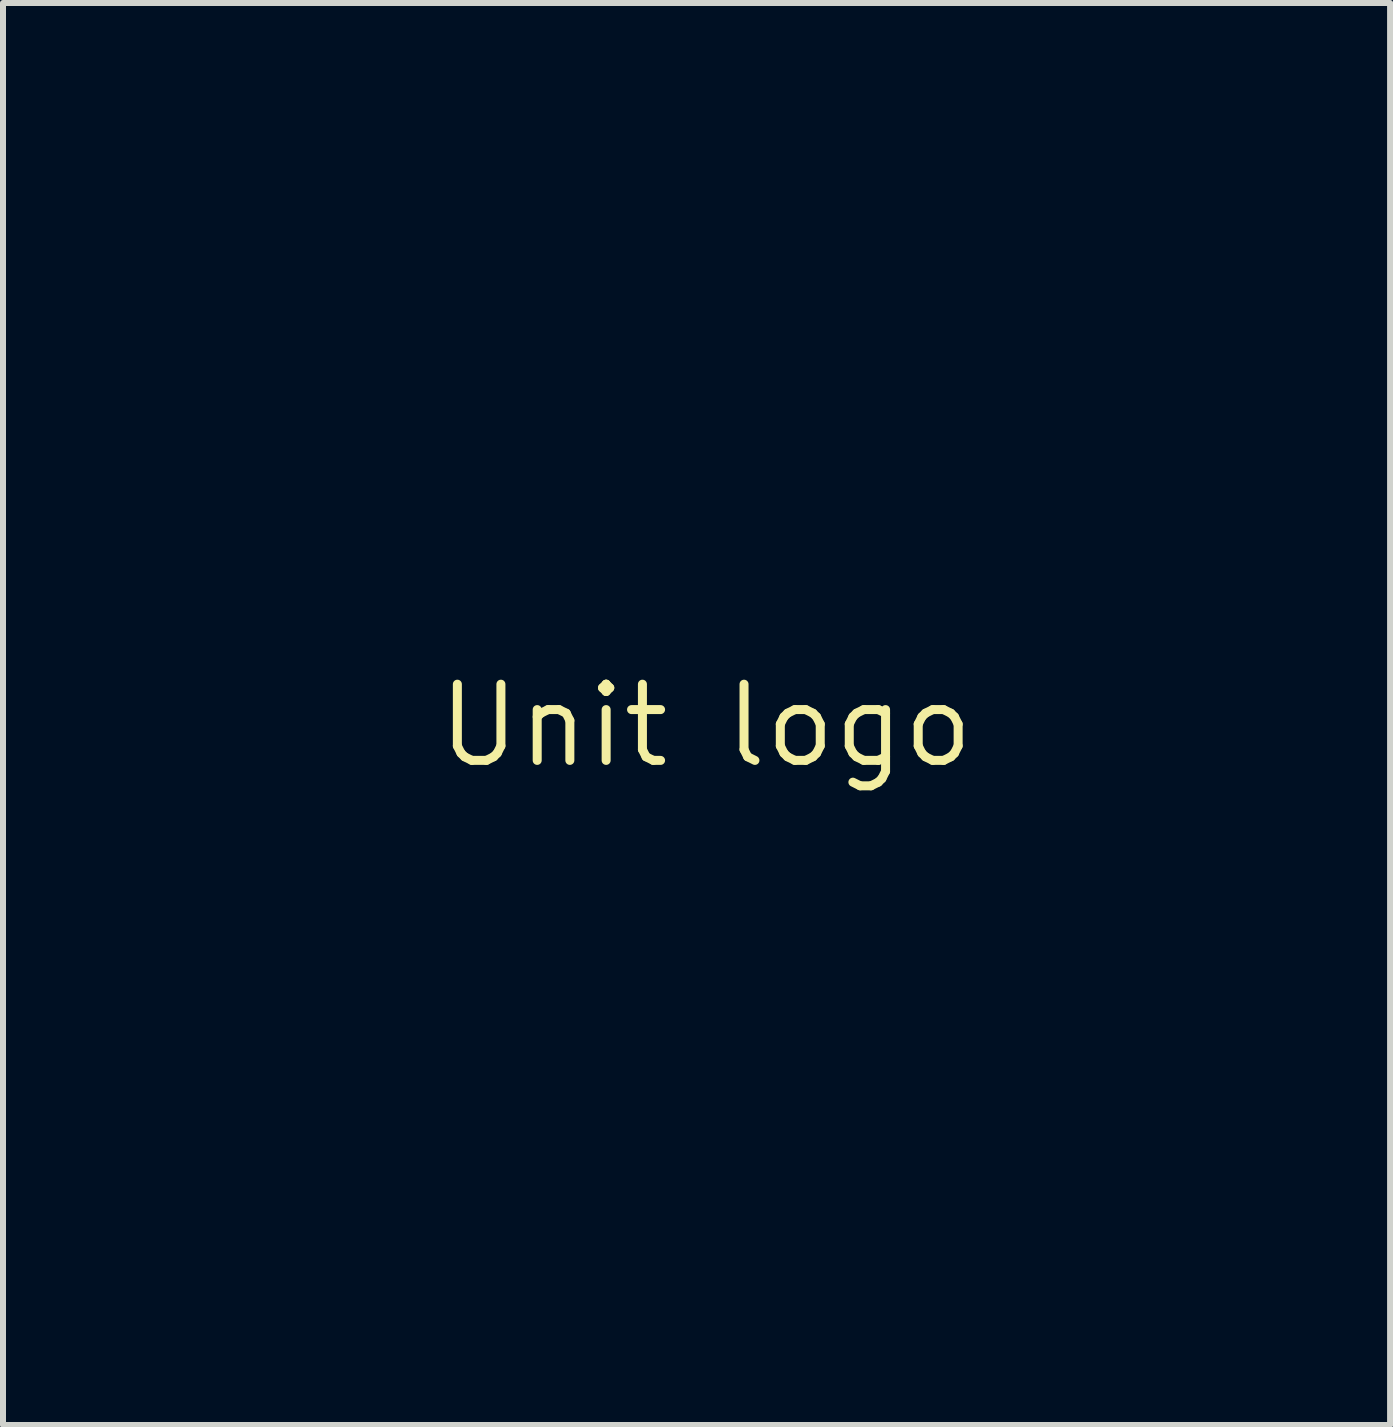
<source format=kicad_pcb>
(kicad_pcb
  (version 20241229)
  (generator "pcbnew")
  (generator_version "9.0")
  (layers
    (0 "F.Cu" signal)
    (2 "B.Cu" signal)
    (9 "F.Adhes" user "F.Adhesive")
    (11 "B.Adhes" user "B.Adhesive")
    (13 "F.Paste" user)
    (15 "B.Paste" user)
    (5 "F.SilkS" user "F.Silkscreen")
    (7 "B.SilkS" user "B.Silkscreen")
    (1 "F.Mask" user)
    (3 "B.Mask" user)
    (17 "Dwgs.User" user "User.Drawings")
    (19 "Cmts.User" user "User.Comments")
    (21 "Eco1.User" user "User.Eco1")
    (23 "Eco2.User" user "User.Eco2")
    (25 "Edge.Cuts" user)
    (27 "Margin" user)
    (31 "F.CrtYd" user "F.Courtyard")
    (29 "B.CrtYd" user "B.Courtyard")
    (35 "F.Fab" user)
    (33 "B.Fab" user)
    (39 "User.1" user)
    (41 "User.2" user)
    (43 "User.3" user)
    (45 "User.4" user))
  (footprint "Unit logo"
    (layer "F.Cu")
    (at 8.715 9.043)
    (property "Reference" "Unit logo" (at 0 0 0) (layer "F.SilkS") (effects (font (size 1.27 1.27) (thickness 0.15))))
    (attr through_hole)
    (fp_poly (pts (xy -1.249 -4.882) (xy -1.213 -4.857) (xy -1.146 -4.804) (xy -1.222 -4.643) (xy -1.265 -4.543) (xy -1.294 -4.449) (xy -1.313 -4.342) (xy -1.321 -4.274) (xy -1.344 -4.067) (xy -1.495 -4.137) (xy -1.568 -4.173) (xy -1.625 -4.204) (xy -1.655 -4.224) (xy -1.658 -4.227) (xy -1.652 -4.25) (xy -1.628 -4.303) (xy -1.592 -4.377) (xy -1.546 -4.466) (xy -1.496 -4.562) (xy -1.444 -4.657) (xy -1.394 -4.745) (xy -1.352 -4.817) (xy -1.32 -4.867) (xy -1.307 -4.883) (xy -1.283 -4.895) (xy -1.249 -4.882)) (stroke (width 0.01) (type solid)) (fill yes) (layer "F.Mask"))
    (fp_poly (pts (xy 1.953 -2.275) (xy 1.992 -2.227) (xy 2.05 -2.163) (xy 2.117 -2.094) (xy 2.185 -2.028) (xy 2.245 -1.973) (xy 2.288 -1.94) (xy 2.293 -1.937) (xy 2.317 -1.92) (xy 2.317 -1.9) (xy 2.29 -1.863) (xy 2.286 -1.857) (xy 2.248 -1.818) (xy 2.215 -1.799) (xy 2.213 -1.799) (xy 2.185 -1.808) (xy 2.127 -1.833) (xy 2.044 -1.871) (xy 1.945 -1.919) (xy 1.86 -1.96) (xy 1.736 -2.021) (xy 1.648 -2.066) (xy 1.594 -2.101) (xy 1.573 -2.129) (xy 1.584 -2.156) (xy 1.624 -2.186) (xy 1.694 -2.225) (xy 1.77 -2.265) (xy 1.909 -2.339) (xy 1.953 -2.275)) (stroke (width 0.01) (type solid)) (fill yes) (layer "F.Mask"))
    (fp_poly (pts (xy 1.336 -1.844) (xy 1.397 -1.821) (xy 1.484 -1.783) (xy 1.6 -1.727) (xy 1.715 -1.671) (xy 2.119 -1.471) (xy 2.011 -1.291) (xy 1.959 -1.203) (xy 1.918 -1.137) (xy 1.882 -1.092) (xy 1.845 -1.068) (xy 1.8 -1.065) (xy 1.741 -1.082) (xy 1.662 -1.117) (xy 1.555 -1.171) (xy 1.437 -1.231) (xy 1.303 -1.3) (xy 1.203 -1.353) (xy 1.132 -1.394) (xy 1.087 -1.424) (xy 1.063 -1.446) (xy 1.055 -1.464) (xy 1.055 -1.47) (xy 1.07 -1.513) (xy 1.102 -1.577) (xy 1.143 -1.653) (xy 1.188 -1.729) (xy 1.231 -1.795) (xy 1.264 -1.839) (xy 1.277 -1.85) (xy 1.298 -1.853) (xy 1.336 -1.844)) (stroke (width 0.01) (type solid)) (fill yes) (layer "F.Mask"))
    (fp_poly (pts (xy -2.168 -7.291) (xy -2.101 -7.262) (xy -2.003 -7.214) (xy -1.925 -7.174) (xy -1.819 -7.118) (xy -1.722 -7.065) (xy -1.641 -7.021) (xy -1.585 -6.989) (xy -1.572 -6.981) (xy -1.503 -6.939) (xy -1.6 -6.75) (xy -1.642 -6.671) (xy -1.678 -6.608) (xy -1.703 -6.57) (xy -1.711 -6.562) (xy -1.734 -6.571) (xy -1.787 -6.597) (xy -1.866 -6.637) (xy -1.962 -6.686) (xy -2.053 -6.733) (xy -2.161 -6.79) (xy -2.256 -6.84) (xy -2.332 -6.882) (xy -2.382 -6.91) (xy -2.399 -6.921) (xy -2.397 -6.945) (xy -2.378 -6.996) (xy -2.348 -7.066) (xy -2.311 -7.145) (xy -2.27 -7.222) (xy -2.231 -7.29) (xy -2.226 -7.297) (xy -2.208 -7.302) (xy -2.168 -7.291)) (stroke (width 0.01) (type solid)) (fill yes) (layer "F.Mask"))
    (fp_poly (pts (xy 2.017 -6.559) (xy 2.103 -6.531) (xy 2.208 -6.493) (xy 2.327 -6.447) (xy 2.453 -6.397) (xy 2.582 -6.343) (xy 2.705 -6.29) (xy 2.818 -6.238) (xy 2.913 -6.192) (xy 2.986 -6.154) (xy 3.029 -6.126) (xy 3.038 -6.117) (xy 3.037 -6.085) (xy 3.016 -6.05) (xy 2.988 -6.033) (xy 2.987 -6.032) (xy 2.962 -6.041) (xy 2.91 -6.064) (xy 2.839 -6.097) (xy 2.815 -6.108) (xy 2.721 -6.15) (xy 2.607 -6.196) (xy 2.491 -6.24) (xy 2.445 -6.256) (xy 2.345 -6.295) (xy 2.243 -6.341) (xy 2.146 -6.393) (xy 2.059 -6.445) (xy 1.989 -6.494) (xy 1.944 -6.535) (xy 1.927 -6.565) (xy 1.931 -6.574) (xy 1.958 -6.574) (xy 2.017 -6.559)) (stroke (width 0.01) (type solid)) (fill yes) (layer "F.Mask"))
    (fp_poly (pts (xy -1.126 -6.738) (xy -1.073 -6.719) (xy -0.997 -6.685) (xy -0.891 -6.633) (xy -0.811 -6.593) (xy -0.702 -6.536) (xy -0.605 -6.483) (xy -0.527 -6.437) (xy -0.475 -6.403) (xy -0.456 -6.386) (xy -0.449 -6.359) (xy -0.457 -6.319) (xy -0.483 -6.257) (xy -0.519 -6.187) (xy -0.559 -6.113) (xy -0.595 -6.055) (xy -0.619 -6.023) (xy -0.624 -6.019) (xy -0.649 -6.026) (xy -0.705 -6.05) (xy -0.786 -6.088) (xy -0.886 -6.137) (xy -0.998 -6.193) (xy -1 -6.194) (xy -1.144 -6.269) (xy -1.249 -6.329) (xy -1.318 -6.373) (xy -1.351 -6.402) (xy -1.355 -6.411) (xy -1.344 -6.453) (xy -1.317 -6.517) (xy -1.28 -6.59) (xy -1.24 -6.661) (xy -1.204 -6.715) (xy -1.18 -6.739) (xy -1.16 -6.744) (xy -1.126 -6.738)) (stroke (width 0.01) (type solid)) (fill yes) (layer "F.Mask"))
    (fp_poly (pts (xy -0.559 -3.102) (xy -0.499 -3.078) (xy -0.419 -3.041) (xy -0.327 -2.996) (xy -0.23 -2.948) (xy -0.136 -2.899) (xy -0.052 -2.853) (xy 0.014 -2.815) (xy 0.054 -2.789) (xy 0.064 -2.779) (xy 0.054 -2.747) (xy 0.027 -2.689) (xy -0.012 -2.611) (xy -0.06 -2.52) (xy -0.113 -2.423) (xy -0.166 -2.329) (xy -0.216 -2.244) (xy -0.258 -2.176) (xy -0.289 -2.131) (xy -0.303 -2.118) (xy -0.338 -2.128) (xy -0.389 -2.15) (xy -0.393 -2.152) (xy -0.433 -2.178) (xy -0.458 -2.215) (xy -0.477 -2.276) (xy -0.483 -2.305) (xy -0.534 -2.455) (xy -0.628 -2.607) (xy -0.709 -2.707) (xy -0.787 -2.793) (xy -0.699 -2.952) (xy -0.657 -3.024) (xy -0.621 -3.079) (xy -0.597 -3.109) (xy -0.592 -3.111) (xy -0.559 -3.102)) (stroke (width 0.01) (type solid)) (fill yes) (layer "F.Mask"))
    (fp_poly (pts (xy 3.15 5.647) (xy 3.283 5.896) (xy 3.396 6.112) (xy 3.49 6.295) (xy 3.564 6.443) (xy 3.617 6.557) (xy 3.65 6.635) (xy 3.662 6.677) (xy 3.662 6.678) (xy 3.642 6.719) (xy 3.583 6.772) (xy 3.488 6.835) (xy 3.382 6.894) (xy 3.363 6.882) (xy 3.332 6.844) (xy 3.313 6.817) (xy 3.291 6.778) (xy 3.254 6.707) (xy 3.203 6.611) (xy 3.143 6.494) (xy 3.077 6.364) (xy 3.007 6.226) (xy 2.936 6.085) (xy 2.867 5.948) (xy 2.804 5.822) (xy 2.75 5.711) (xy 2.706 5.621) (xy 2.677 5.559) (xy 2.667 5.536) (xy 2.659 5.498) (xy 2.674 5.467) (xy 2.715 5.432) (xy 2.78 5.389) (xy 2.854 5.346) (xy 2.872 5.337) (xy 2.96 5.292) (xy 3.15 5.647)) (stroke (width 0.01) (type solid)) (fill yes) (layer "F.Mask"))
    (fp_poly (pts (xy 4.261 -3.017) (xy 4.319 -2.99) (xy 4.394 -2.952) (xy 4.474 -2.908) (xy 4.552 -2.863) (xy 4.617 -2.823) (xy 4.66 -2.792) (xy 4.672 -2.779) (xy 4.665 -2.753) (xy 4.641 -2.699) (xy 4.604 -2.624) (xy 4.558 -2.536) (xy 4.507 -2.443) (xy 4.456 -2.352) (xy 4.409 -2.272) (xy 4.369 -2.209) (xy 4.344 -2.175) (xy 4.322 -2.153) (xy 4.3 -2.143) (xy 4.267 -2.146) (xy 4.218 -2.163) (xy 4.143 -2.197) (xy 4.086 -2.224) (xy 3.98 -2.274) (xy 3.908 -2.313) (xy 3.868 -2.349) (xy 3.856 -2.389) (xy 3.869 -2.442) (xy 3.905 -2.516) (xy 3.949 -2.599) (xy 4.029 -2.747) (xy 4.093 -2.86) (xy 4.144 -2.941) (xy 4.182 -2.993) (xy 4.211 -3.021) (xy 4.227 -3.027) (xy 4.261 -3.017)) (stroke (width 0.01) (type solid)) (fill yes) (layer "F.Mask"))
    (fp_poly (pts (xy 3.807 -0.351) (xy 3.865 -0.326) (xy 3.946 -0.289) (xy 4.042 -0.243) (xy 4.146 -0.193) (xy 4.25 -0.142) (xy 4.347 -0.092) (xy 4.431 -0.049) (xy 4.492 -0.016) (xy 4.524 0.004) (xy 4.524 0.005) (xy 4.548 0.044) (xy 4.551 0.062) (xy 4.54 0.095) (xy 4.512 0.151) (xy 4.472 0.222) (xy 4.425 0.299) (xy 4.378 0.373) (xy 4.335 0.434) (xy 4.302 0.475) (xy 4.287 0.487) (xy 4.259 0.478) (xy 4.203 0.456) (xy 4.127 0.424) (xy 4.084 0.405) (xy 3.969 0.352) (xy 3.851 0.293) (xy 3.738 0.233) (xy 3.639 0.177) (xy 3.564 0.131) (xy 3.533 0.109) (xy 3.486 0.07) (xy 3.545 -0.046) (xy 3.598 -0.143) (xy 3.654 -0.23) (xy 3.707 -0.3) (xy 3.751 -0.345) (xy 3.78 -0.36) (xy 3.807 -0.351)) (stroke (width 0.01) (type solid)) (fill yes) (layer "F.Mask"))
    (fp_poly (pts (xy -3.426 -7.916) (xy -3.363 -7.889) (xy -3.318 -7.867) (xy -3.247 -7.832) (xy -3.157 -7.786) (xy -3.053 -7.733) (xy -2.944 -7.676) (xy -2.836 -7.619) (xy -2.735 -7.566) (xy -2.649 -7.52) (xy -2.585 -7.485) (xy -2.548 -7.464) (xy -2.543 -7.46) (xy -2.547 -7.438) (xy -2.571 -7.391) (xy -2.607 -7.329) (xy -2.651 -7.261) (xy -2.696 -7.197) (xy -2.735 -7.145) (xy -2.763 -7.116) (xy -2.771 -7.113) (xy -2.792 -7.122) (xy -2.846 -7.148) (xy -2.927 -7.188) (xy -3.03 -7.239) (xy -3.148 -7.298) (xy -3.223 -7.336) (xy -3.384 -7.42) (xy -3.51 -7.487) (xy -3.598 -7.539) (xy -3.649 -7.575) (xy -3.662 -7.592) (xy -3.652 -7.626) (xy -3.626 -7.685) (xy -3.591 -7.756) (xy -3.552 -7.827) (xy -3.516 -7.886) (xy -3.505 -7.901) (xy -3.486 -7.921) (xy -3.464 -7.926) (xy -3.426 -7.916)) (stroke (width 0.01) (type solid)) (fill yes) (layer "F.Mask"))
    (fp_poly (pts (xy 0.4 -2.567) (xy 0.448 -2.535) (xy 0.508 -2.487) (xy 0.526 -2.472) (xy 0.606 -2.41) (xy 0.707 -2.342) (xy 0.81 -2.281) (xy 0.84 -2.265) (xy 0.92 -2.224) (xy 0.984 -2.191) (xy 1.025 -2.17) (xy 1.034 -2.166) (xy 1.032 -2.145) (xy 1.01 -2.096) (xy 0.974 -2.029) (xy 0.928 -1.949) (xy 0.876 -1.864) (xy 0.823 -1.783) (xy 0.775 -1.712) (xy 0.735 -1.659) (xy 0.709 -1.633) (xy 0.704 -1.631) (xy 0.68 -1.64) (xy 0.626 -1.665) (xy 0.546 -1.702) (xy 0.448 -1.75) (xy 0.365 -1.79) (xy 0.234 -1.856) (xy 0.14 -1.907) (xy 0.078 -1.946) (xy 0.048 -1.973) (xy 0.043 -1.985) (xy 0.053 -2.017) (xy 0.081 -2.075) (xy 0.12 -2.153) (xy 0.168 -2.242) (xy 0.22 -2.334) (xy 0.27 -2.421) (xy 0.316 -2.496) (xy 0.351 -2.55) (xy 0.373 -2.576) (xy 0.374 -2.577) (xy 0.4 -2.567)) (stroke (width 0.01) (type solid)) (fill yes) (layer "F.Mask"))
    (fp_poly (pts (xy 3.571 5.029) (xy 3.597 5.065) (xy 3.642 5.129) (xy 3.702 5.216) (xy 3.774 5.321) (xy 3.853 5.439) (xy 3.938 5.565) (xy 4.023 5.693) (xy 4.107 5.818) (xy 4.184 5.935) (xy 4.253 6.04) (xy 4.309 6.126) (xy 4.349 6.189) (xy 4.369 6.223) (xy 4.371 6.226) (xy 4.368 6.253) (xy 4.339 6.29) (xy 4.278 6.341) (xy 4.242 6.369) (xy 4.175 6.419) (xy 4.12 6.456) (xy 4.086 6.476) (xy 4.081 6.477) (xy 4.065 6.46) (xy 4.029 6.412) (xy 3.976 6.337) (xy 3.91 6.241) (xy 3.833 6.127) (xy 3.749 6) (xy 3.739 5.985) (xy 3.594 5.763) (xy 3.472 5.575) (xy 3.374 5.422) (xy 3.299 5.304) (xy 3.249 5.22) (xy 3.222 5.171) (xy 3.217 5.159) (xy 3.234 5.143) (xy 3.28 5.112) (xy 3.345 5.071) (xy 3.369 5.057) (xy 3.521 4.968) (xy 3.571 5.029)) (stroke (width 0.01) (type solid)) (fill yes) (layer "F.Mask"))
    (fp_poly (pts (xy -5.018 -6.848) (xy -4.965 -6.822) (xy -4.887 -6.783) (xy -4.792 -6.734) (xy -4.686 -6.679) (xy -4.576 -6.621) (xy -4.468 -6.564) (xy -4.369 -6.511) (xy -4.286 -6.466) (xy -4.224 -6.432) (xy -4.191 -6.413) (xy -4.191 -6.413) (xy -4.144 -6.38) (xy -4.255 -6.159) (xy -4.336 -6) (xy -4.407 -5.868) (xy -4.467 -5.765) (xy -4.515 -5.694) (xy -4.547 -5.657) (xy -4.557 -5.653) (xy -4.583 -5.662) (xy -4.641 -5.688) (xy -4.725 -5.726) (xy -4.83 -5.776) (xy -4.951 -5.834) (xy -5.022 -5.868) (xy -5.147 -5.93) (xy -5.258 -5.987) (xy -5.35 -6.036) (xy -5.417 -6.075) (xy -5.455 -6.1) (xy -5.461 -6.107) (xy -5.451 -6.133) (xy -5.424 -6.188) (xy -5.384 -6.265) (xy -5.334 -6.356) (xy -5.279 -6.457) (xy -5.222 -6.559) (xy -5.166 -6.656) (xy -5.117 -6.741) (xy -5.077 -6.807) (xy -5.05 -6.848) (xy -5.041 -6.858) (xy -5.018 -6.848)) (stroke (width 0.01) (type solid)) (fill yes) (layer "F.Mask"))
    (fp_poly (pts (xy 5.072 -2.577) (xy 5.146 -2.545) (xy 5.25 -2.495) (xy 5.388 -2.425) (xy 5.399 -2.419) (xy 5.513 -2.359) (xy 5.612 -2.305) (xy 5.693 -2.259) (xy 5.748 -2.226) (xy 5.772 -2.209) (xy 5.773 -2.208) (xy 5.765 -2.183) (xy 5.739 -2.129) (xy 5.698 -2.056) (xy 5.649 -1.97) (xy 5.594 -1.879) (xy 5.539 -1.791) (xy 5.489 -1.713) (xy 5.448 -1.654) (xy 5.424 -1.625) (xy 5.38 -1.587) (xy 5.331 -1.571) (xy 5.27 -1.575) (xy 5.188 -1.601) (xy 5.101 -1.636) (xy 5.012 -1.677) (xy 4.917 -1.724) (xy 4.824 -1.772) (xy 4.739 -1.819) (xy 4.671 -1.858) (xy 4.627 -1.888) (xy 4.614 -1.901) (xy 4.625 -1.928) (xy 4.652 -1.984) (xy 4.693 -2.062) (xy 4.743 -2.154) (xy 4.797 -2.253) (xy 4.853 -2.351) (xy 4.905 -2.441) (xy 4.95 -2.516) (xy 4.983 -2.568) (xy 5.001 -2.59) (xy 5.025 -2.592) (xy 5.072 -2.577)) (stroke (width 0.01) (type solid)) (fill yes) (layer "F.Mask"))
    (fp_poly (pts (xy 4.405 -1.471) (xy 4.464 -1.449) (xy 4.548 -1.412) (xy 4.651 -1.365) (xy 4.768 -1.308) (xy 4.798 -1.293) (xy 4.93 -1.227) (xy 5.028 -1.176) (xy 5.097 -1.138) (xy 5.142 -1.11) (xy 5.167 -1.088) (xy 5.176 -1.071) (xy 5.174 -1.056) (xy 5.157 -1.017) (xy 5.123 -0.951) (xy 5.076 -0.867) (xy 5.023 -0.774) (xy 4.968 -0.68) (xy 4.916 -0.594) (xy 4.872 -0.525) (xy 4.864 -0.513) (xy 4.818 -0.455) (xy 4.777 -0.428) (xy 4.746 -0.423) (xy 4.708 -0.433) (xy 4.641 -0.458) (xy 4.551 -0.497) (xy 4.446 -0.546) (xy 4.362 -0.587) (xy 4.253 -0.643) (xy 4.157 -0.695) (xy 4.081 -0.738) (xy 4.031 -0.77) (xy 4.015 -0.784) (xy 4.013 -0.808) (xy 4.026 -0.852) (xy 4.056 -0.92) (xy 4.105 -1.017) (xy 4.172 -1.141) (xy 4.231 -1.248) (xy 4.285 -1.341) (xy 4.331 -1.414) (xy 4.363 -1.462) (xy 4.378 -1.477) (xy 4.405 -1.471)) (stroke (width 0.01) (type solid)) (fill yes) (layer "F.Mask"))
    (fp_poly (pts (xy -4.662 -5.325) (xy -4.603 -5.3) (xy -4.522 -5.262) (xy -4.423 -5.215) (xy -4.314 -5.161) (xy -4.201 -5.104) (xy -4.09 -5.048) (xy -3.988 -4.994) (xy -3.9 -4.948) (xy -3.834 -4.911) (xy -3.796 -4.887) (xy -3.79 -4.88) (xy -3.8 -4.855) (xy -3.827 -4.8) (xy -3.869 -4.72) (xy -3.921 -4.624) (xy -3.967 -4.54) (xy -4.035 -4.421) (xy -4.086 -4.334) (xy -4.125 -4.275) (xy -4.155 -4.24) (xy -4.179 -4.222) (xy -4.194 -4.218) (xy -4.228 -4.226) (xy -4.294 -4.251) (xy -4.386 -4.291) (xy -4.498 -4.343) (xy -4.624 -4.405) (xy -4.651 -4.419) (xy -4.771 -4.481) (xy -4.877 -4.537) (xy -4.964 -4.586) (xy -5.025 -4.624) (xy -5.056 -4.647) (xy -5.059 -4.652) (xy -5.049 -4.686) (xy -5.023 -4.748) (xy -4.984 -4.829) (xy -4.936 -4.923) (xy -4.884 -5.022) (xy -4.831 -5.118) (xy -4.781 -5.205) (xy -4.738 -5.275) (xy -4.706 -5.32) (xy -4.69 -5.334) (xy -4.662 -5.325)) (stroke (width 0.01) (type solid)) (fill yes) (layer "F.Mask"))
    (fp_poly (pts (xy -5.594 -5.805) (xy -5.554 -5.791) (xy -5.493 -5.763) (xy -5.405 -5.718) (xy -5.313 -5.671) (xy -5.21 -5.616) (xy -5.121 -5.568) (xy -5.053 -5.528) (xy -5.011 -5.501) (xy -5.002 -5.493) (xy -5.01 -5.468) (xy -5.034 -5.413) (xy -5.074 -5.332) (xy -5.124 -5.232) (xy -5.183 -5.119) (xy -5.193 -5.101) (xy -5.262 -4.972) (xy -5.316 -4.875) (xy -5.357 -4.807) (xy -5.388 -4.763) (xy -5.413 -4.737) (xy -5.434 -4.727) (xy -5.441 -4.725) (xy -5.479 -4.732) (xy -5.547 -4.756) (xy -5.637 -4.793) (xy -5.742 -4.84) (xy -5.775 -4.856) (xy -5.875 -4.905) (xy -5.961 -4.947) (xy -6.026 -4.98) (xy -6.063 -5) (xy -6.069 -5.003) (xy -6.062 -5.024) (xy -6.039 -5.075) (xy -6.002 -5.149) (xy -5.954 -5.241) (xy -5.901 -5.342) (xy -5.845 -5.447) (xy -5.789 -5.549) (xy -5.738 -5.641) (xy -5.694 -5.716) (xy -5.662 -5.768) (xy -5.65 -5.786) (xy -5.636 -5.801) (xy -5.619 -5.808) (xy -5.594 -5.805)) (stroke (width 0.01) (type solid)) (fill yes) (layer "F.Mask"))
    (fp_poly (pts (xy -3.779 -6.212) (xy -3.704 -6.18) (xy -3.595 -6.126) (xy -3.453 -6.052) (xy -3.278 -5.958) (xy -3.191 -5.911) (xy -3.076 -5.846) (xy -2.994 -5.798) (xy -2.941 -5.761) (xy -2.911 -5.733) (xy -2.9 -5.711) (xy -2.9 -5.706) (xy -2.91 -5.673) (xy -2.937 -5.61) (xy -2.977 -5.526) (xy -3.027 -5.428) (xy -3.049 -5.387) (xy -3.118 -5.26) (xy -3.17 -5.167) (xy -3.209 -5.101) (xy -3.237 -5.057) (xy -3.258 -5.032) (xy -3.275 -5.02) (xy -3.292 -5.017) (xy -3.297 -5.017) (xy -3.326 -5.026) (xy -3.386 -5.053) (xy -3.472 -5.094) (xy -3.579 -5.146) (xy -3.7 -5.206) (xy -3.773 -5.244) (xy -3.936 -5.33) (xy -4.062 -5.399) (xy -4.15 -5.451) (xy -4.2 -5.487) (xy -4.212 -5.504) (xy -4.202 -5.546) (xy -4.175 -5.613) (xy -4.135 -5.7) (xy -4.086 -5.797) (xy -4.032 -5.899) (xy -3.976 -5.998) (xy -3.923 -6.088) (xy -3.876 -6.159) (xy -3.839 -6.207) (xy -3.818 -6.223) (xy -3.779 -6.212)) (stroke (width 0.01) (type solid)) (fill yes) (layer "F.Mask"))
    (fp_poly (pts (xy -2.019 -3.97) (xy -1.961 -3.945) (xy -1.878 -3.906) (xy -1.775 -3.857) (xy -1.658 -3.8) (xy -1.629 -3.785) (xy -1.493 -3.718) (xy -1.389 -3.664) (xy -1.31 -3.619) (xy -1.248 -3.58) (xy -1.197 -3.541) (xy -1.151 -3.499) (xy -1.104 -3.452) (xy -1.043 -3.387) (xy -0.992 -3.33) (xy -0.96 -3.29) (xy -0.953 -3.281) (xy -0.953 -3.244) (xy -0.98 -3.179) (xy -1.021 -3.106) (xy -1.067 -3.032) (xy -1.102 -2.989) (xy -1.132 -2.969) (xy -1.161 -2.964) (xy -1.199 -2.972) (xy -1.269 -2.991) (xy -1.363 -3.02) (xy -1.474 -3.056) (xy -1.577 -3.091) (xy -1.78 -3.164) (xy -1.958 -3.229) (xy -2.107 -3.287) (xy -2.225 -3.335) (xy -2.31 -3.374) (xy -2.359 -3.401) (xy -2.371 -3.414) (xy -2.361 -3.445) (xy -2.334 -3.501) (xy -2.294 -3.577) (xy -2.246 -3.663) (xy -2.195 -3.752) (xy -2.145 -3.836) (xy -2.101 -3.907) (xy -2.066 -3.957) (xy -2.047 -3.979) (xy -2.045 -3.979) (xy -2.019 -3.97)) (stroke (width 0.01) (type solid)) (fill yes) (layer "F.Mask"))
    (fp_poly (pts (xy -2.526 -5.557) (xy -2.469 -5.531) (xy -2.388 -5.492) (xy -2.289 -5.443) (xy -2.179 -5.386) (xy -2.064 -5.326) (xy -1.95 -5.266) (xy -1.843 -5.208) (xy -1.749 -5.157) (xy -1.675 -5.115) (xy -1.626 -5.085) (xy -1.61 -5.071) (xy -1.62 -5.044) (xy -1.648 -4.989) (xy -1.689 -4.912) (xy -1.74 -4.822) (xy -1.795 -4.725) (xy -1.851 -4.628) (xy -1.903 -4.539) (xy -1.949 -4.465) (xy -1.982 -4.413) (xy -2.001 -4.39) (xy -2.001 -4.389) (xy -2.025 -4.397) (xy -2.081 -4.421) (xy -2.163 -4.459) (xy -2.267 -4.509) (xy -2.385 -4.568) (xy -2.45 -4.601) (xy -2.575 -4.664) (xy -2.687 -4.723) (xy -2.782 -4.773) (xy -2.854 -4.812) (xy -2.896 -4.837) (xy -2.904 -4.843) (xy -2.918 -4.871) (xy -2.912 -4.915) (xy -2.901 -4.948) (xy -2.879 -4.999) (xy -2.843 -5.071) (xy -2.798 -5.158) (xy -2.747 -5.253) (xy -2.694 -5.346) (xy -2.644 -5.432) (xy -2.602 -5.502) (xy -2.57 -5.55) (xy -2.554 -5.567) (xy -2.526 -5.557)) (stroke (width 0.01) (type solid)) (fill yes) (layer "F.Mask"))
    (fp_poly (pts (xy 2.38 -1.216) (xy 2.438 -1.192) (xy 2.521 -1.155) (xy 2.624 -1.107) (xy 2.74 -1.051) (xy 2.864 -0.991) (xy 2.989 -0.928) (xy 3.11 -0.867) (xy 3.221 -0.809) (xy 3.317 -0.759) (xy 3.39 -0.717) (xy 3.437 -0.689) (xy 3.45 -0.677) (xy 3.439 -0.64) (xy 3.409 -0.575) (xy 3.364 -0.489) (xy 3.308 -0.391) (xy 3.246 -0.289) (xy 3.234 -0.27) (xy 3.178 -0.187) (xy 3.137 -0.136) (xy 3.104 -0.111) (xy 3.079 -0.106) (xy 3.048 -0.115) (xy 2.984 -0.141) (xy 2.894 -0.181) (xy 2.782 -0.233) (xy 2.654 -0.294) (xy 2.515 -0.362) (xy 2.51 -0.365) (xy 2.374 -0.433) (xy 2.251 -0.496) (xy 2.146 -0.552) (xy 2.064 -0.597) (xy 2.011 -0.628) (xy 1.99 -0.644) (xy 1.99 -0.645) (xy 2.001 -0.675) (xy 2.03 -0.732) (xy 2.073 -0.807) (xy 2.125 -0.893) (xy 2.181 -0.983) (xy 2.236 -1.068) (xy 2.286 -1.141) (xy 2.325 -1.195) (xy 2.35 -1.222) (xy 2.353 -1.223) (xy 2.38 -1.216)) (stroke (width 0.01) (type solid)) (fill yes) (layer "F.Mask"))
    (fp_poly (pts (xy 3.611 -2.002) (xy 3.672 -1.977) (xy 3.75 -1.941) (xy 3.837 -1.898) (xy 3.924 -1.853) (xy 4.002 -1.81) (xy 4.062 -1.775) (xy 4.095 -1.751) (xy 4.099 -1.746) (xy 4.095 -1.715) (xy 4.075 -1.658) (xy 4.044 -1.588) (xy 4.042 -1.584) (xy 4.005 -1.515) (xy 3.957 -1.432) (xy 3.903 -1.343) (xy 3.847 -1.254) (xy 3.795 -1.174) (xy 3.751 -1.11) (xy 3.72 -1.069) (xy 3.707 -1.058) (xy 3.684 -1.067) (xy 3.63 -1.091) (xy 3.549 -1.128) (xy 3.448 -1.175) (xy 3.333 -1.229) (xy 3.318 -1.237) (xy 3.11 -1.337) (xy 2.937 -1.423) (xy 2.799 -1.495) (xy 2.699 -1.552) (xy 2.636 -1.594) (xy 2.611 -1.62) (xy 2.613 -1.656) (xy 2.632 -1.707) (xy 2.634 -1.713) (xy 2.652 -1.744) (xy 2.672 -1.764) (xy 2.705 -1.774) (xy 2.759 -1.777) (xy 2.845 -1.778) (xy 3.055 -1.796) (xy 3.249 -1.852) (xy 3.416 -1.936) (xy 3.484 -1.974) (xy 3.542 -2.001) (xy 3.576 -2.011) (xy 3.611 -2.002)) (stroke (width 0.01) (type solid)) (fill yes) (layer "F.Mask"))
    (fp_poly (pts (xy 4.662 -3.859) (xy 4.717 -3.835) (xy 4.799 -3.796) (xy 4.904 -3.746) (xy 5.026 -3.686) (xy 5.162 -3.618) (xy 5.306 -3.547) (xy 5.453 -3.473) (xy 5.598 -3.399) (xy 5.737 -3.328) (xy 5.864 -3.262) (xy 5.974 -3.204) (xy 6.063 -3.157) (xy 6.126 -3.122) (xy 6.144 -3.111) (xy 6.245 -3.048) (xy 6.179 -2.917) (xy 6.118 -2.802) (xy 6.063 -2.713) (xy 6.018 -2.652) (xy 5.986 -2.626) (xy 5.981 -2.625) (xy 5.957 -2.634) (xy 5.899 -2.66) (xy 5.813 -2.702) (xy 5.701 -2.757) (xy 5.568 -2.822) (xy 5.418 -2.897) (xy 5.256 -2.979) (xy 5.205 -3.004) (xy 5.04 -3.088) (xy 4.886 -3.168) (xy 4.748 -3.24) (xy 4.63 -3.303) (xy 4.536 -3.355) (xy 4.471 -3.393) (xy 4.437 -3.415) (xy 4.434 -3.418) (xy 4.43 -3.444) (xy 4.44 -3.487) (xy 4.469 -3.555) (xy 4.518 -3.652) (xy 4.519 -3.654) (xy 4.564 -3.737) (xy 4.602 -3.806) (xy 4.63 -3.852) (xy 4.641 -3.866) (xy 4.662 -3.859)) (stroke (width 0.01) (type solid)) (fill yes) (layer "F.Mask"))
    (fp_poly (pts (xy -3.459 -4.711) (xy -3.401 -4.684) (xy -3.317 -4.643) (xy -3.214 -4.591) (xy -3.097 -4.531) (xy -2.972 -4.466) (xy -2.845 -4.399) (xy -2.722 -4.334) (xy -2.609 -4.273) (xy -2.512 -4.219) (xy -2.436 -4.176) (xy -2.387 -4.146) (xy -2.375 -4.138) (xy -2.381 -4.118) (xy -2.404 -4.074) (xy -2.43 -4.029) (xy -2.466 -3.968) (xy -2.516 -3.882) (xy -2.571 -3.784) (xy -2.612 -3.709) (xy -2.661 -3.625) (xy -2.702 -3.556) (xy -2.733 -3.51) (xy -2.748 -3.494) (xy -2.773 -3.502) (xy -2.828 -3.521) (xy -2.901 -3.547) (xy -2.921 -3.554) (xy -2.99 -3.582) (xy -3.088 -3.624) (xy -3.206 -3.678) (xy -3.336 -3.738) (xy -3.467 -3.8) (xy -3.477 -3.805) (xy -3.611 -3.87) (xy -3.711 -3.921) (xy -3.781 -3.959) (xy -3.827 -3.987) (xy -3.851 -4.008) (xy -3.859 -4.025) (xy -3.858 -4.036) (xy -3.842 -4.068) (xy -3.811 -4.129) (xy -3.768 -4.212) (xy -3.717 -4.308) (xy -3.7 -4.339) (xy -3.647 -4.44) (xy -3.599 -4.532) (xy -3.56 -4.606) (xy -3.536 -4.655) (xy -3.533 -4.662) (xy -3.508 -4.703) (xy -3.486 -4.72) (xy -3.459 -4.711)) (stroke (width 0.01) (type solid)) (fill yes) (layer "F.Mask"))
    (fp_poly (pts (xy 0.581 0.377) (xy 0.674 0.396) (xy 0.788 0.425) (xy 0.918 0.462) (xy 1.058 0.506) (xy 1.202 0.556) (xy 1.219 0.562) (xy 1.468 0.659) (xy 1.73 0.777) (xy 1.99 0.907) (xy 2.23 1.041) (xy 2.263 1.06) (xy 2.482 1.193) (xy 2.469 1.406) (xy 2.449 1.61) (xy 2.414 1.787) (xy 2.36 1.948) (xy 2.318 2.042) (xy 2.204 2.235) (xy 2.065 2.398) (xy 1.905 2.53) (xy 1.728 2.628) (xy 1.537 2.69) (xy 1.337 2.714) (xy 1.185 2.706) (xy 0.983 2.659) (xy 0.795 2.574) (xy 0.792 2.572) (xy 0.697 2.502) (xy 0.598 2.403) (xy 0.505 2.289) (xy 0.427 2.17) (xy 0.405 2.126) (xy 0.369 2.049) (xy 0.35 1.997) (xy 0.347 1.959) (xy 0.355 1.923) (xy 0.358 1.916) (xy 0.376 1.87) (xy 0.403 1.795) (xy 0.436 1.703) (xy 0.462 1.63) (xy 0.54 1.408) (xy 0.538 1.048) (xy 0.536 0.884) (xy 0.531 0.754) (xy 0.521 0.651) (xy 0.507 0.566) (xy 0.501 0.541) (xy 0.482 0.449) (xy 0.479 0.391) (xy 0.485 0.374) (xy 0.516 0.369) (xy 0.581 0.377)) (stroke (width 0.01) (type solid)) (fill yes) (layer "F.Mask"))
    (fp_poly (pts (xy -0.235 -8.272) (xy -0.062 -8.262) (xy 0.088 -8.245) (xy 0.089 -8.245) (xy 0.358 -8.194) (xy 0.65 -8.121) (xy 0.955 -8.028) (xy 0.978 -8.02) (xy 1.09 -7.981) (xy 1.199 -7.94) (xy 1.297 -7.901) (xy 1.378 -7.867) (xy 1.435 -7.84) (xy 1.46 -7.823) (xy 1.46 -7.821) (xy 1.441 -7.811) (xy 1.39 -7.796) (xy 1.316 -7.78) (xy 1.229 -7.763) (xy 1.14 -7.747) (xy 1.058 -7.735) (xy 0.992 -7.729) (xy 0.967 -7.728) (xy 0.892 -7.736) (xy 0.797 -7.753) (xy 0.7 -7.778) (xy 0.688 -7.781) (xy 0.441 -7.85) (xy 0.215 -7.898) (xy -0.006 -7.929) (xy -0.237 -7.944) (xy -0.381 -7.946) (xy -0.541 -7.946) (xy -0.671 -7.942) (xy -0.782 -7.933) (xy -0.885 -7.917) (xy -0.993 -7.893) (xy -1.117 -7.86) (xy -1.159 -7.848) (xy -1.313 -7.804) (xy -1.448 -7.862) (xy -1.522 -7.897) (xy -1.585 -7.932) (xy -1.619 -7.959) (xy -1.639 -7.985) (xy -1.634 -8.004) (xy -1.599 -8.026) (xy -1.574 -8.039) (xy -1.488 -8.077) (xy -1.372 -8.118) (xy -1.24 -8.16) (xy -1.102 -8.198) (xy -0.972 -8.229) (xy -0.897 -8.244) (xy -0.762 -8.261) (xy -0.598 -8.271) (xy -0.418 -8.275) (xy -0.235 -8.272)) (stroke (width 0.01) (type solid)) (fill yes) (layer "F.Mask"))
    (fp_poly (pts (xy -3.54 -8.599) (xy -3.361 -8.508) (xy -3.15 -8.401) (xy -2.915 -8.282) (xy -2.662 -8.154) (xy -2.398 -8.02) (xy -2.128 -7.883) (xy -1.86 -7.747) (xy -1.6 -7.616) (xy -1.397 -7.513) (xy -1.175 -7.4) (xy -0.966 -7.294) (xy -0.773 -7.194) (xy -0.599 -7.104) (xy -0.446 -7.023) (xy -0.319 -6.955) (xy -0.219 -6.901) (xy -0.15 -6.862) (xy -0.115 -6.839) (xy -0.11 -6.835) (xy -0.121 -6.799) (xy -0.153 -6.749) (xy -0.198 -6.696) (xy -0.245 -6.652) (xy -0.284 -6.628) (xy -0.293 -6.626) (xy -0.32 -6.636) (xy -0.38 -6.662) (xy -0.468 -6.703) (xy -0.579 -6.756) (xy -0.709 -6.82) (xy -0.853 -6.891) (xy -0.942 -6.935) (xy -1.108 -7.019) (xy -1.302 -7.116) (xy -1.518 -7.226) (xy -1.751 -7.344) (xy -1.998 -7.469) (xy -2.253 -7.599) (xy -2.512 -7.731) (xy -2.77 -7.862) (xy -3.022 -7.991) (xy -3.264 -8.115) (xy -3.491 -8.231) (xy -3.698 -8.337) (xy -3.881 -8.432) (xy -4.035 -8.511) (xy -4.144 -8.568) (xy -4.277 -8.637) (xy -4.377 -8.69) (xy -4.447 -8.732) (xy -4.491 -8.766) (xy -4.511 -8.798) (xy -4.512 -8.83) (xy -4.498 -8.868) (xy -4.471 -8.917) (xy -4.453 -8.947) (xy -4.402 -9.036) (xy -3.54 -8.599)) (stroke (width 0.01) (type solid)) (fill yes) (layer "F.Mask"))
    (fp_poly (pts (xy -6.222 -4.743) (xy -6.167 -4.72) (xy -6.082 -4.68) (xy -5.971 -4.627) (xy -5.837 -4.562) (xy -5.685 -4.486) (xy -5.519 -4.403) (xy -5.341 -4.313) (xy -5.157 -4.22) (xy -4.969 -4.124) (xy -4.782 -4.028) (xy -4.599 -3.933) (xy -4.424 -3.842) (xy -4.261 -3.757) (xy -4.114 -3.679) (xy -3.987 -3.611) (xy -3.882 -3.554) (xy -3.805 -3.51) (xy -3.759 -3.481) (xy -3.747 -3.471) (xy -3.757 -3.448) (xy -3.786 -3.397) (xy -3.829 -3.325) (xy -3.882 -3.24) (xy -3.884 -3.236) (xy -3.946 -3.135) (xy -4.008 -3.032) (xy -4.06 -2.94) (xy -4.091 -2.884) (xy -4.128 -2.818) (xy -4.163 -2.771) (xy -4.187 -2.752) (xy -4.188 -2.752) (xy -4.213 -2.761) (xy -4.271 -2.788) (xy -4.358 -2.829) (xy -4.469 -2.883) (xy -4.6 -2.948) (xy -4.747 -3.022) (xy -4.897 -3.098) (xy -5.226 -3.265) (xy -5.517 -3.415) (xy -5.772 -3.547) (xy -5.992 -3.661) (xy -6.177 -3.759) (xy -6.329 -3.841) (xy -6.449 -3.908) (xy -6.537 -3.959) (xy -6.595 -3.996) (xy -6.622 -4.018) (xy -6.625 -4.024) (xy -6.615 -4.052) (xy -6.589 -4.11) (xy -6.55 -4.191) (xy -6.502 -4.286) (xy -6.448 -4.388) (xy -6.394 -4.49) (xy -6.342 -4.585) (xy -6.297 -4.665) (xy -6.263 -4.723) (xy -6.244 -4.749) (xy -6.222 -4.743)) (stroke (width 0.01) (type solid)) (fill yes) (layer "F.Mask"))
    (fp_poly (pts (xy 0.886 -6.608) (xy 1.03 -6.538) (xy 1.155 -6.436) (xy 1.254 -6.307) (xy 1.286 -6.247) (xy 1.317 -6.17) (xy 1.33 -6.103) (xy 1.329 -6.023) (xy 1.327 -6.004) (xy 1.322 -5.966) (xy 1.313 -5.925) (xy 1.298 -5.877) (xy 1.275 -5.817) (xy 1.243 -5.741) (xy 1.198 -5.645) (xy 1.14 -5.524) (xy 1.067 -5.375) (xy 0.977 -5.193) (xy 0.963 -5.165) (xy 0.815 -4.868) (xy 0.684 -4.609) (xy 0.57 -4.384) (xy 0.47 -4.191) (xy 0.385 -4.03) (xy 0.313 -3.898) (xy 0.253 -3.794) (xy 0.205 -3.715) (xy 0.167 -3.659) (xy 0.138 -3.626) (xy 0.05 -3.566) (xy -0.066 -3.522) (xy -0.194 -3.498) (xy -0.321 -3.494) (xy -0.423 -3.512) (xy -0.573 -3.578) (xy -0.696 -3.677) (xy -0.792 -3.809) (xy -0.807 -3.836) (xy -0.857 -3.951) (xy -0.881 -4.051) (xy -0.879 -4.152) (xy -0.851 -4.265) (xy -0.825 -4.339) (xy -0.8 -4.398) (xy -0.758 -4.49) (xy -0.701 -4.609) (xy -0.633 -4.751) (xy -0.555 -4.91) (xy -0.471 -5.081) (xy -0.382 -5.259) (xy -0.291 -5.44) (xy -0.201 -5.618) (xy -0.115 -5.787) (xy -0.034 -5.944) (xy 0.038 -6.082) (xy 0.1 -6.198) (xy 0.148 -6.285) (xy 0.165 -6.315) (xy 0.259 -6.452) (xy 0.359 -6.55) (xy 0.469 -6.612) (xy 0.596 -6.641) (xy 0.731 -6.641) (xy 0.886 -6.608)) (stroke (width 0.01) (type solid)) (fill yes) (layer "F.Mask"))
    (fp_poly (pts (xy 2.277 -7.539) (xy 2.322 -7.534) (xy 2.567 -7.482) (xy 2.794 -7.4) (xy 2.997 -7.289) (xy 3.176 -7.153) (xy 3.326 -6.994) (xy 3.446 -6.816) (xy 3.533 -6.622) (xy 3.583 -6.413) (xy 3.595 -6.194) (xy 3.594 -6.181) (xy 3.59 -6.103) (xy 3.581 -6.039) (xy 3.566 -5.979) (xy 3.54 -5.911) (xy 3.501 -5.824) (xy 3.466 -5.752) (xy 3.421 -5.659) (xy 3.382 -5.582) (xy 3.352 -5.528) (xy 3.336 -5.504) (xy 3.335 -5.503) (xy 3.32 -5.521) (xy 3.294 -5.565) (xy 3.267 -5.614) (xy 3.211 -5.726) (xy 3.246 -5.895) (xy 3.276 -6.112) (xy 3.27 -6.308) (xy 3.228 -6.489) (xy 3.148 -6.657) (xy 3.029 -6.817) (xy 3 -6.849) (xy 2.844 -6.987) (xy 2.66 -7.093) (xy 2.451 -7.168) (xy 2.22 -7.209) (xy 2.043 -7.218) (xy 1.931 -7.216) (xy 1.831 -7.21) (xy 1.731 -7.199) (xy 1.621 -7.18) (xy 1.493 -7.153) (xy 1.335 -7.115) (xy 1.312 -7.11) (xy 1.048 -7.045) (xy 0.857 -7.106) (xy 0.755 -7.142) (xy 0.691 -7.172) (xy 0.667 -7.196) (xy 0.667 -7.198) (xy 0.686 -7.223) (xy 0.741 -7.255) (xy 0.825 -7.292) (xy 0.932 -7.333) (xy 1.056 -7.375) (xy 1.191 -7.416) (xy 1.33 -7.454) (xy 1.469 -7.487) (xy 1.599 -7.514) (xy 1.665 -7.525) (xy 1.881 -7.55) (xy 2.079 -7.554) (xy 2.277 -7.539)) (stroke (width 0.01) (type solid)) (fill yes) (layer "F.Mask"))
    (fp_poly (pts (xy 3.851 -4.935) (xy 3.992 -4.882) (xy 4.112 -4.801) (xy 4.207 -4.695) (xy 4.272 -4.568) (xy 4.301 -4.426) (xy 4.303 -4.386) (xy 4.302 -4.351) (xy 4.296 -4.314) (xy 4.285 -4.272) (xy 4.265 -4.218) (xy 4.235 -4.149) (xy 4.193 -4.059) (xy 4.137 -3.944) (xy 4.065 -3.799) (xy 4.014 -3.697) (xy 3.908 -3.488) (xy 3.804 -3.285) (xy 3.703 -3.092) (xy 3.609 -2.915) (xy 3.522 -2.755) (xy 3.446 -2.618) (xy 3.381 -2.507) (xy 3.331 -2.425) (xy 3.298 -2.378) (xy 3.294 -2.374) (xy 3.246 -2.332) (xy 3.182 -2.29) (xy 3.164 -2.28) (xy 3.078 -2.25) (xy 2.966 -2.233) (xy 2.846 -2.228) (xy 2.732 -2.237) (xy 2.652 -2.256) (xy 2.587 -2.289) (xy 2.512 -2.339) (xy 2.457 -2.383) (xy 2.361 -2.493) (xy 2.302 -2.616) (xy 2.278 -2.759) (xy 2.278 -2.804) (xy 2.279 -2.844) (xy 2.284 -2.883) (xy 2.295 -2.925) (xy 2.314 -2.978) (xy 2.343 -3.045) (xy 2.383 -3.132) (xy 2.439 -3.244) (xy 2.511 -3.387) (xy 2.537 -3.439) (xy 2.634 -3.628) (xy 2.732 -3.818) (xy 2.829 -4.002) (xy 2.923 -4.178) (xy 3.012 -4.34) (xy 3.093 -4.485) (xy 3.163 -4.608) (xy 3.221 -4.705) (xy 3.263 -4.772) (xy 3.285 -4.799) (xy 3.381 -4.875) (xy 3.505 -4.926) (xy 3.648 -4.951) (xy 3.695 -4.953) (xy 3.851 -4.935)) (stroke (width 0.01) (type solid)) (fill yes) (layer "F.Mask"))
    (fp_poly (pts (xy 2.365 -5.787) (xy 2.51 -5.74) (xy 2.638 -5.662) (xy 2.743 -5.553) (xy 2.82 -5.417) (xy 2.859 -5.295) (xy 2.866 -5.255) (xy 2.867 -5.213) (xy 2.863 -5.166) (xy 2.85 -5.11) (xy 2.827 -5.043) (xy 2.794 -4.959) (xy 2.748 -4.855) (xy 2.689 -4.728) (xy 2.614 -4.574) (xy 2.522 -4.388) (xy 2.441 -4.227) (xy 2.295 -3.934) (xy 2.165 -3.677) (xy 2.052 -3.455) (xy 1.954 -3.266) (xy 1.87 -3.107) (xy 1.8 -2.977) (xy 1.742 -2.875) (xy 1.695 -2.797) (xy 1.659 -2.744) (xy 1.632 -2.711) (xy 1.628 -2.707) (xy 1.532 -2.647) (xy 1.411 -2.606) (xy 1.277 -2.586) (xy 1.143 -2.588) (xy 1.029 -2.613) (xy 0.903 -2.679) (xy 0.795 -2.775) (xy 0.709 -2.894) (xy 0.65 -3.027) (xy 0.623 -3.166) (xy 0.632 -3.304) (xy 0.633 -3.312) (xy 0.648 -3.354) (xy 0.68 -3.429) (xy 0.727 -3.532) (xy 0.786 -3.659) (xy 0.856 -3.805) (xy 0.934 -3.966) (xy 1.018 -4.136) (xy 1.05 -4.199) (xy 1.188 -4.473) (xy 1.308 -4.711) (xy 1.413 -4.917) (xy 1.503 -5.092) (xy 1.582 -5.24) (xy 1.649 -5.363) (xy 1.707 -5.463) (xy 1.758 -5.544) (xy 1.803 -5.607) (xy 1.843 -5.656) (xy 1.881 -5.692) (xy 1.918 -5.719) (xy 1.955 -5.739) (xy 1.995 -5.754) (xy 2.039 -5.768) (xy 2.044 -5.769) (xy 2.208 -5.797) (xy 2.365 -5.787)) (stroke (width 0.01) (type solid)) (fill yes) (layer "F.Mask"))
    (fp_poly (pts (xy 4.683 4.121) (xy 4.733 4.155) (xy 4.796 4.214) (xy 4.851 4.271) (xy 4.892 4.318) (xy 4.911 4.347) (xy 4.911 4.349) (xy 4.897 4.372) (xy 4.858 4.416) (xy 4.8 4.474) (xy 4.752 4.519) (xy 4.593 4.667) (xy 4.937 5.077) (xy 5.032 5.19) (xy 5.119 5.294) (xy 5.193 5.383) (xy 5.251 5.454) (xy 5.289 5.5) (xy 5.302 5.517) (xy 5.306 5.541) (xy 5.288 5.575) (xy 5.241 5.624) (xy 5.211 5.653) (xy 5.135 5.722) (xy 5.081 5.764) (xy 5.041 5.78) (xy 5.006 5.771) (xy 4.967 5.739) (xy 4.928 5.699) (xy 4.885 5.65) (xy 4.82 5.576) (xy 4.742 5.484) (xy 4.655 5.38) (xy 4.573 5.281) (xy 4.491 5.182) (xy 4.418 5.093) (xy 4.358 5.02) (xy 4.315 4.969) (xy 4.295 4.945) (xy 4.294 4.944) (xy 4.27 4.947) (xy 4.22 4.97) (xy 4.151 5.011) (xy 4.116 5.034) (xy 4.042 5.082) (xy 3.98 5.12) (xy 3.939 5.141) (xy 3.93 5.144) (xy 3.907 5.127) (xy 3.871 5.085) (xy 3.827 5.027) (xy 3.784 4.964) (xy 3.748 4.907) (xy 3.728 4.865) (xy 3.725 4.855) (xy 3.742 4.833) (xy 3.785 4.794) (xy 3.85 4.742) (xy 3.911 4.697) (xy 3.996 4.633) (xy 4.102 4.552) (xy 4.218 4.463) (xy 4.33 4.374) (xy 4.36 4.349) (xy 4.452 4.276) (xy 4.534 4.211) (xy 4.599 4.16) (xy 4.641 4.127) (xy 4.653 4.119) (xy 4.683 4.121)) (stroke (width 0.01) (type solid)) (fill yes) (layer "F.Mask"))
    (fp_poly (pts (xy -7.167 -3.288) (xy -7.124 -3.259) (xy -7.097 -3.236) (xy -7.058 -3.195) (xy -6.997 -3.127) (xy -6.92 -3.041) (xy -6.834 -2.941) (xy -6.743 -2.835) (xy -6.654 -2.729) (xy -6.571 -2.63) (xy -6.514 -2.561) (xy -6.437 -2.465) (xy -6.561 -1.979) (xy -6.642 -1.647) (xy -6.705 -1.345) (xy -6.753 -1.065) (xy -6.786 -0.797) (xy -6.806 -0.533) (xy -6.813 -0.264) (xy -6.809 0.011) (xy -6.777 0.489) (xy -6.712 0.952) (xy -6.613 1.406) (xy -6.478 1.857) (xy -6.305 2.312) (xy -6.174 2.607) (xy -6.105 2.749) (xy -6.02 2.909) (xy -5.928 3.073) (xy -5.836 3.229) (xy -5.752 3.363) (xy -5.731 3.394) (xy -5.647 3.518) (xy -5.708 3.581) (xy -5.753 3.626) (xy -5.821 3.69) (xy -5.905 3.766) (xy -6.002 3.852) (xy -6.106 3.944) (xy -6.212 4.035) (xy -6.315 4.124) (xy -6.41 4.204) (xy -6.493 4.272) (xy -6.557 4.323) (xy -6.598 4.354) (xy -6.611 4.36) (xy -6.623 4.343) (xy -6.653 4.298) (xy -6.695 4.23) (xy -6.735 4.165) (xy -7.015 3.666) (xy -7.256 3.151) (xy -7.458 2.62) (xy -7.622 2.078) (xy -7.747 1.525) (xy -7.833 0.963) (xy -7.879 0.396) (xy -7.886 -0.175) (xy -7.852 -0.748) (xy -7.778 -1.32) (xy -7.663 -1.89) (xy -7.588 -2.18) (xy -7.547 -2.325) (xy -7.5 -2.477) (xy -7.451 -2.631) (xy -7.4 -2.782) (xy -7.35 -2.923) (xy -7.304 -3.05) (xy -7.262 -3.155) (xy -7.228 -3.235) (xy -7.202 -3.283) (xy -7.193 -3.294) (xy -7.167 -3.288)) (stroke (width 0.01) (type solid)) (fill yes) (layer "F.Mask"))
    (fp_poly (pts (xy -4.56 -7.583) (xy -4.504 -7.557) (xy -4.416 -7.515) (xy -4.3 -7.458) (xy -4.159 -7.387) (xy -3.995 -7.306) (xy -3.812 -7.214) (xy -3.614 -7.113) (xy -3.402 -7.006) (xy -3.18 -6.893) (xy -2.952 -6.777) (xy -2.72 -6.659) (xy -2.487 -6.54) (xy -2.257 -6.422) (xy -2.032 -6.306) (xy -1.816 -6.195) (xy -1.612 -6.089) (xy -1.422 -5.991) (xy -1.25 -5.901) (xy -1.099 -5.822) (xy -0.972 -5.755) (xy -0.872 -5.701) (xy -0.803 -5.663) (xy -0.766 -5.641) (xy -0.762 -5.638) (xy -0.747 -5.617) (xy -0.747 -5.589) (xy -0.765 -5.544) (xy -0.792 -5.491) (xy -0.839 -5.407) (xy -0.888 -5.329) (xy -0.933 -5.265) (xy -0.969 -5.222) (xy -0.99 -5.209) (xy -1.012 -5.219) (xy -1.067 -5.245) (xy -1.146 -5.286) (xy -1.246 -5.337) (xy -1.358 -5.396) (xy -1.376 -5.405) (xy -1.457 -5.448) (xy -1.573 -5.508) (xy -1.717 -5.583) (xy -1.887 -5.671) (xy -2.079 -5.77) (xy -2.287 -5.877) (xy -2.508 -5.991) (xy -2.739 -6.11) (xy -2.974 -6.23) (xy -3.122 -6.306) (xy -3.415 -6.457) (xy -3.672 -6.589) (xy -3.895 -6.704) (xy -4.088 -6.803) (xy -4.252 -6.888) (xy -4.39 -6.96) (xy -4.503 -7.02) (xy -4.594 -7.069) (xy -4.665 -7.108) (xy -4.719 -7.139) (xy -4.758 -7.162) (xy -4.783 -7.18) (xy -4.798 -7.192) (xy -4.804 -7.201) (xy -4.805 -7.204) (xy -4.795 -7.236) (xy -4.768 -7.292) (xy -4.73 -7.362) (xy -4.687 -7.437) (xy -4.645 -7.507) (xy -4.609 -7.561) (xy -4.585 -7.59) (xy -4.582 -7.591) (xy -4.56 -7.583)) (stroke (width 0.01) (type solid)) (fill yes) (layer "F.Mask"))
    (fp_poly (pts (xy -4.657 4.334) (xy -4.584 4.389) (xy -4.488 4.461) (xy -4.376 4.544) (xy -4.26 4.628) (xy -4.19 4.679) (xy -4.059 4.774) (xy -3.958 4.847) (xy -3.884 4.902) (xy -3.832 4.943) (xy -3.798 4.972) (xy -3.779 4.992) (xy -3.77 5.008) (xy -3.768 5.022) (xy -3.768 5.025) (xy -3.778 5.056) (xy -3.804 5.109) (xy -3.839 5.171) (xy -3.876 5.233) (xy -3.91 5.283) (xy -3.934 5.311) (xy -3.938 5.313) (xy -3.96 5.302) (xy -4.009 5.273) (xy -4.078 5.231) (xy -4.135 5.195) (xy -4.214 5.147) (xy -4.28 5.11) (xy -4.325 5.088) (xy -4.339 5.084) (xy -4.356 5.102) (xy -4.394 5.151) (xy -4.449 5.224) (xy -4.518 5.318) (xy -4.598 5.427) (xy -4.667 5.524) (xy -4.753 5.645) (xy -4.832 5.754) (xy -4.9 5.848) (xy -4.953 5.921) (xy -4.989 5.968) (xy -5.002 5.984) (xy -5.027 5.997) (xy -5.065 5.985) (xy -5.104 5.963) (xy -5.211 5.89) (xy -5.278 5.827) (xy -5.306 5.774) (xy -5.305 5.751) (xy -5.29 5.721) (xy -5.254 5.661) (xy -5.201 5.578) (xy -5.135 5.477) (xy -5.058 5.364) (xy -5.015 5.302) (xy -4.916 5.159) (xy -4.839 5.047) (xy -4.782 4.961) (xy -4.743 4.898) (xy -4.719 4.853) (xy -4.708 4.822) (xy -4.709 4.801) (xy -4.719 4.785) (xy -4.737 4.772) (xy -4.743 4.768) (xy -4.799 4.726) (xy -4.865 4.672) (xy -4.932 4.615) (xy -4.991 4.561) (xy -5.034 4.518) (xy -5.053 4.494) (xy -5.043 4.469) (xy -5.01 4.422) (xy -4.959 4.362) (xy -4.938 4.34) (xy -4.815 4.211) (xy -4.657 4.334)) (stroke (width 0.01) (type solid)) (fill yes) (layer "F.Mask"))
    (fp_poly (pts (xy 7.272 -2.187) (xy 7.294 -2.143) (xy 7.318 -2.067) (xy 7.347 -1.956) (xy 7.381 -1.807) (xy 7.407 -1.683) (xy 7.508 -1.106) (xy 7.57 -0.542) (xy 7.591 0.011) (xy 7.572 0.558) (xy 7.513 1.099) (xy 7.414 1.637) (xy 7.273 2.175) (xy 7.092 2.716) (xy 7.034 2.868) (xy 6.98 2.998) (xy 6.916 3.145) (xy 6.844 3.303) (xy 6.767 3.468) (xy 6.687 3.633) (xy 6.607 3.793) (xy 6.53 3.942) (xy 6.458 4.076) (xy 6.395 4.189) (xy 6.343 4.275) (xy 6.305 4.328) (xy 6.3 4.334) (xy 6.28 4.341) (xy 6.247 4.33) (xy 6.195 4.295) (xy 6.138 4.25) (xy 5.998 4.136) (xy 5.861 4.023) (xy 5.733 3.913) (xy 5.616 3.811) (xy 5.514 3.72) (xy 5.431 3.643) (xy 5.372 3.584) (xy 5.339 3.546) (xy 5.334 3.536) (xy 5.345 3.509) (xy 5.374 3.456) (xy 5.417 3.383) (xy 5.464 3.308) (xy 5.689 2.925) (xy 5.894 2.521) (xy 6.074 2.102) (xy 6.228 1.677) (xy 6.351 1.254) (xy 6.442 0.84) (xy 6.47 0.667) (xy 6.482 0.553) (xy 6.492 0.406) (xy 6.499 0.235) (xy 6.504 0.048) (xy 6.506 -0.144) (xy 6.505 -0.334) (xy 6.501 -0.513) (xy 6.494 -0.671) (xy 6.485 -0.799) (xy 6.48 -0.843) (xy 6.469 -0.94) (xy 6.467 -1.007) (xy 6.475 -1.057) (xy 6.485 -1.088) (xy 6.505 -1.125) (xy 6.545 -1.19) (xy 6.602 -1.279) (xy 6.671 -1.386) (xy 6.75 -1.505) (xy 6.834 -1.631) (xy 6.919 -1.758) (xy 7.002 -1.88) (xy 7.08 -1.992) (xy 7.134 -2.068) (xy 7.182 -2.132) (xy 7.224 -2.178) (xy 7.251 -2.2) (xy 7.254 -2.201) (xy 7.272 -2.187)) (stroke (width 0.01) (type solid)) (fill yes) (layer "F.Mask"))
    (fp_poly (pts (xy 0.959 6.034) (xy 1.002 6.048) (xy 1.028 6.079) (xy 1.045 6.131) (xy 1.052 6.16) (xy 1.069 6.244) (xy 1.089 6.356) (xy 1.11 6.485) (xy 1.13 6.623) (xy 1.149 6.761) (xy 1.165 6.889) (xy 1.177 6.999) (xy 1.184 7.081) (xy 1.185 7.112) (xy 1.167 7.279) (xy 1.114 7.422) (xy 1.026 7.542) (xy 0.906 7.637) (xy 0.755 7.706) (xy 0.573 7.747) (xy 0.519 7.753) (xy 0.429 7.756) (xy 0.335 7.749) (xy 0.31 7.746) (xy 0.147 7.699) (xy 0.006 7.618) (xy -0.11 7.508) (xy -0.195 7.37) (xy -0.213 7.327) (xy -0.226 7.286) (xy -0.237 7.241) (xy -0.246 7.186) (xy -0.253 7.115) (xy -0.258 7.023) (xy -0.263 6.902) (xy -0.267 6.747) (xy -0.269 6.678) (xy -0.282 6.145) (xy -0.18 6.131) (xy -0.095 6.122) (xy -0.009 6.117) (xy 0.012 6.117) (xy 0.069 6.119) (xy 0.097 6.133) (xy 0.109 6.168) (xy 0.114 6.197) (xy 0.118 6.242) (xy 0.123 6.322) (xy 0.128 6.428) (xy 0.134 6.552) (xy 0.138 6.686) (xy 0.138 6.689) (xy 0.144 6.836) (xy 0.149 6.949) (xy 0.156 7.032) (xy 0.164 7.094) (xy 0.175 7.142) (xy 0.189 7.181) (xy 0.195 7.193) (xy 0.259 7.287) (xy 0.344 7.348) (xy 0.439 7.376) (xy 0.539 7.372) (xy 0.634 7.333) (xy 0.715 7.261) (xy 0.74 7.227) (xy 0.797 7.136) (xy 0.727 6.664) (xy 0.707 6.523) (xy 0.688 6.393) (xy 0.674 6.281) (xy 0.663 6.193) (xy 0.657 6.137) (xy 0.657 6.124) (xy 0.658 6.088) (xy 0.669 6.066) (xy 0.7 6.054) (xy 0.761 6.046) (xy 0.79 6.043) (xy 0.891 6.033) (xy 0.959 6.034)) (stroke (width 0.01) (type solid)) (fill yes) (layer "F.Mask"))
    (fp_poly (pts (xy 2.452 5.584) (xy 2.485 5.628) (xy 2.495 5.646) (xy 2.518 5.695) (xy 2.553 5.774) (xy 2.598 5.877) (xy 2.649 5.998) (xy 2.706 6.133) (xy 2.766 6.275) (xy 2.826 6.42) (xy 2.884 6.561) (xy 2.938 6.694) (xy 2.986 6.812) (xy 3.025 6.91) (xy 3.053 6.983) (xy 3.068 7.024) (xy 3.069 7.032) (xy 3.051 7.048) (xy 3.004 7.076) (xy 2.935 7.11) (xy 2.91 7.122) (xy 2.751 7.195) (xy 2.334 6.879) (xy 2.219 6.793) (xy 2.116 6.716) (xy 2.029 6.651) (xy 1.963 6.604) (xy 1.923 6.575) (xy 1.912 6.569) (xy 1.916 6.59) (xy 1.932 6.645) (xy 1.958 6.727) (xy 1.991 6.831) (xy 2.03 6.95) (xy 2.034 6.962) (xy 2.073 7.084) (xy 2.107 7.193) (xy 2.132 7.282) (xy 2.148 7.345) (xy 2.152 7.376) (xy 2.151 7.377) (xy 2.126 7.4) (xy 2.074 7.428) (xy 2.005 7.457) (xy 1.931 7.482) (xy 1.864 7.499) (xy 1.813 7.506) (xy 1.793 7.5) (xy 1.782 7.472) (xy 1.76 7.41) (xy 1.729 7.318) (xy 1.692 7.204) (xy 1.649 7.071) (xy 1.602 6.926) (xy 1.554 6.775) (xy 1.506 6.623) (xy 1.46 6.475) (xy 1.417 6.339) (xy 1.38 6.218) (xy 1.351 6.119) (xy 1.33 6.048) (xy 1.32 6.01) (xy 1.32 6.009) (xy 1.307 5.929) (xy 1.456 5.884) (xy 1.605 5.839) (xy 1.988 6.14) (xy 2.098 6.225) (xy 2.196 6.3) (xy 2.277 6.361) (xy 2.338 6.406) (xy 2.373 6.429) (xy 2.379 6.432) (xy 2.375 6.411) (xy 2.357 6.356) (xy 2.328 6.275) (xy 2.292 6.174) (xy 2.252 6.067) (xy 2.208 5.952) (xy 2.171 5.85) (xy 2.142 5.769) (xy 2.123 5.714) (xy 2.117 5.693) (xy 2.135 5.678) (xy 2.181 5.654) (xy 2.244 5.627) (xy 2.313 5.599) (xy 2.374 5.578) (xy 2.417 5.567) (xy 2.423 5.567) (xy 2.452 5.584)) (stroke (width 0.01) (type solid)) (fill yes) (layer "F.Mask"))
    (fp_poly (pts (xy -3.413 -9.037) (xy -3.318 -9.032) (xy -3.232 -9.024) (xy -3.171 -9.015) (xy -3.097 -8.994) (xy -2.998 -8.956) (xy -2.883 -8.907) (xy -2.762 -8.851) (xy -2.648 -8.794) (xy -2.55 -8.74) (xy -2.515 -8.718) (xy -2.416 -8.655) (xy -2.219 -8.708) (xy -1.993 -8.763) (xy -1.744 -8.813) (xy -1.482 -8.856) (xy -1.219 -8.891) (xy -0.967 -8.916) (xy -0.737 -8.93) (xy -0.621 -8.932) (xy -0.214 -8.916) (xy 0.218 -8.867) (xy 0.671 -8.787) (xy 1.143 -8.674) (xy 1.632 -8.531) (xy 1.863 -8.455) (xy 2.469 -8.23) (xy 3.041 -7.982) (xy 3.581 -7.71) (xy 4.093 -7.412) (xy 4.58 -7.085) (xy 5.045 -6.729) (xy 5.489 -6.342) (xy 5.908 -5.93) (xy 5.996 -5.837) (xy 6.075 -5.753) (xy 6.139 -5.682) (xy 6.184 -5.631) (xy 6.204 -5.605) (xy 6.208 -5.576) (xy 6.176 -5.569) (xy 6.11 -5.586) (xy 6.008 -5.624) (xy 5.969 -5.641) (xy 5.879 -5.681) (xy 5.79 -5.721) (xy 5.72 -5.753) (xy 5.715 -5.755) (xy 5.67 -5.783) (xy 5.6 -5.833) (xy 5.512 -5.902) (xy 5.412 -5.985) (xy 5.307 -6.075) (xy 5.292 -6.088) (xy 5.064 -6.286) (xy 4.859 -6.459) (xy 4.668 -6.612) (xy 4.485 -6.752) (xy 4.342 -6.857) (xy 3.929 -7.132) (xy 3.479 -7.393) (xy 2.998 -7.638) (xy 2.49 -7.864) (xy 1.959 -8.071) (xy 1.409 -8.256) (xy 0.981 -8.381) (xy 0.672 -8.459) (xy 0.383 -8.516) (xy 0.099 -8.555) (xy -0.195 -8.579) (xy -0.405 -8.588) (xy -0.719 -8.591) (xy -1.004 -8.582) (xy -1.275 -8.558) (xy -1.542 -8.52) (xy -1.82 -8.465) (xy -2.038 -8.413) (xy -2.148 -8.386) (xy -2.248 -8.364) (xy -2.328 -8.348) (xy -2.378 -8.34) (xy -2.386 -8.34) (xy -2.419 -8.349) (xy -2.484 -8.376) (xy -2.576 -8.419) (xy -2.69 -8.474) (xy -2.822 -8.54) (xy -2.966 -8.613) (xy -3.015 -8.639) (xy -3.192 -8.731) (xy -3.335 -8.806) (xy -3.447 -8.866) (xy -3.532 -8.912) (xy -3.593 -8.947) (xy -3.635 -8.972) (xy -3.66 -8.99) (xy -3.671 -9.003) (xy -3.674 -9.013) (xy -3.671 -9.019) (xy -3.644 -9.029) (xy -3.586 -9.035) (xy -3.505 -9.038) (xy -3.413 -9.037)) (stroke (width 0.01) (type solid)) (fill yes) (layer "F.Mask"))
    (fp_poly (pts (xy -1.823 5.887) (xy -1.71 5.917) (xy -1.574 5.952) (xy -1.432 5.987) (xy -1.318 6.015) (xy -1.187 6.049) (xy -1.098 6.076) (xy -1.049 6.098) (xy -1.037 6.112) (xy -1.042 6.158) (xy -1.055 6.223) (xy -1.073 6.295) (xy -1.092 6.363) (xy -1.11 6.413) (xy -1.123 6.435) (xy -1.124 6.435) (xy -1.15 6.43) (xy -1.211 6.419) (xy -1.296 6.402) (xy -1.4 6.38) (xy -1.443 6.371) (xy -1.55 6.349) (xy -1.642 6.332) (xy -1.71 6.321) (xy -1.748 6.317) (xy -1.753 6.318) (xy -1.764 6.343) (xy -1.78 6.395) (xy -1.789 6.429) (xy -1.804 6.49) (xy -1.804 6.523) (xy -1.787 6.541) (xy -1.76 6.554) (xy -1.716 6.57) (xy -1.643 6.592) (xy -1.552 6.618) (xy -1.482 6.637) (xy -1.39 6.662) (xy -1.313 6.684) (xy -1.261 6.701) (xy -1.244 6.708) (xy -1.239 6.735) (xy -1.242 6.789) (xy -1.251 6.857) (xy -1.263 6.926) (xy -1.276 6.983) (xy -1.29 7.013) (xy -1.29 7.013) (xy -1.316 7.015) (xy -1.375 7.008) (xy -1.46 6.995) (xy -1.562 6.975) (xy -1.605 6.965) (xy -1.711 6.942) (xy -1.803 6.923) (xy -1.871 6.908) (xy -1.909 6.901) (xy -1.913 6.9) (xy -1.925 6.919) (xy -1.942 6.964) (xy -1.961 7.024) (xy -1.977 7.083) (xy -1.986 7.127) (xy -1.986 7.144) (xy -1.963 7.153) (xy -1.908 7.17) (xy -1.83 7.193) (xy -1.738 7.22) (xy -1.64 7.247) (xy -1.547 7.272) (xy -1.466 7.292) (xy -1.423 7.303) (xy -1.366 7.317) (xy -1.332 7.333) (xy -1.317 7.361) (xy -1.319 7.41) (xy -1.333 7.488) (xy -1.34 7.525) (xy -1.367 7.652) (xy -1.451 7.656) (xy -1.503 7.652) (xy -1.585 7.639) (xy -1.686 7.617) (xy -1.796 7.591) (xy -1.81 7.587) (xy -1.989 7.538) (xy -2.147 7.493) (xy -2.28 7.453) (xy -2.385 7.418) (xy -2.457 7.391) (xy -2.494 7.372) (xy -2.498 7.366) (xy -2.492 7.339) (xy -2.476 7.278) (xy -2.451 7.188) (xy -2.419 7.075) (xy -2.382 6.945) (xy -2.342 6.804) (xy -2.3 6.658) (xy -2.257 6.512) (xy -2.216 6.374) (xy -2.179 6.248) (xy -2.146 6.14) (xy -2.135 6.104) (xy -2.048 5.826) (xy -1.823 5.887)) (stroke (width 0.01) (type solid)) (fill yes) (layer "F.Mask"))
    (fp_poly (pts (xy -3.516 5.157) (xy -3.463 5.179) (xy -3.398 5.213) (xy -3.332 5.251) (xy -3.277 5.288) (xy -3.244 5.317) (xy -3.239 5.328) (xy -3.247 5.355) (xy -3.27 5.414) (xy -3.304 5.494) (xy -3.346 5.589) (xy -3.355 5.607) (xy -3.398 5.702) (xy -3.434 5.783) (xy -3.459 5.842) (xy -3.471 5.871) (xy -3.471 5.873) (xy -3.454 5.886) (xy -3.407 5.913) (xy -3.34 5.949) (xy -3.261 5.989) (xy -3.181 6.029) (xy -3.108 6.063) (xy -3.051 6.088) (xy -3.021 6.099) (xy -3.001 6.093) (xy -2.976 6.063) (xy -2.942 6.005) (xy -2.897 5.915) (xy -2.868 5.854) (xy -2.824 5.758) (xy -2.784 5.676) (xy -2.753 5.615) (xy -2.735 5.584) (xy -2.733 5.582) (xy -2.705 5.581) (xy -2.648 5.595) (xy -2.571 5.624) (xy -2.553 5.631) (xy -2.467 5.669) (xy -2.416 5.7) (xy -2.394 5.727) (xy -2.392 5.738) (xy -2.4 5.77) (xy -2.424 5.834) (xy -2.46 5.924) (xy -2.507 6.036) (xy -2.562 6.164) (xy -2.622 6.303) (xy -2.686 6.448) (xy -2.752 6.593) (xy -2.816 6.734) (xy -2.877 6.865) (xy -2.932 6.982) (xy -2.979 7.078) (xy -3.015 7.148) (xy -3.039 7.189) (xy -3.046 7.196) (xy -3.07 7.188) (xy -3.123 7.166) (xy -3.195 7.135) (xy -3.228 7.12) (xy -3.304 7.086) (xy -3.364 7.058) (xy -3.399 7.042) (xy -3.403 7.039) (xy -3.398 7.019) (xy -3.378 6.97) (xy -3.349 6.902) (xy -3.342 6.888) (xy -3.298 6.791) (xy -3.251 6.686) (xy -3.216 6.609) (xy -3.155 6.477) (xy -3.413 6.347) (xy -3.507 6.302) (xy -3.587 6.266) (xy -3.645 6.243) (xy -3.675 6.235) (xy -3.677 6.236) (xy -3.698 6.284) (xy -3.734 6.351) (xy -3.779 6.43) (xy -3.829 6.513) (xy -3.878 6.59) (xy -3.92 6.654) (xy -3.952 6.695) (xy -3.965 6.706) (xy -3.998 6.698) (xy -4.055 6.673) (xy -4.123 6.636) (xy -4.191 6.595) (xy -4.247 6.556) (xy -4.277 6.528) (xy -4.282 6.52) (xy -4.282 6.507) (xy -4.277 6.487) (xy -4.266 6.456) (xy -4.246 6.413) (xy -4.216 6.353) (xy -4.176 6.274) (xy -4.123 6.174) (xy -4.056 6.049) (xy -3.973 5.896) (xy -3.874 5.713) (xy -3.756 5.497) (xy -3.709 5.412) (xy -3.657 5.319) (xy -3.61 5.24) (xy -3.573 5.182) (xy -3.55 5.154) (xy -3.547 5.152) (xy -3.516 5.157)) (stroke (width 0.01) (type solid)) (fill yes) (layer "F.Mask"))
    (fp_poly (pts (xy -4.88 -8.639) (xy -4.839 -8.625) (xy -4.777 -8.598) (xy -4.689 -8.556) (xy -4.571 -8.496) (xy -4.516 -8.467) (xy -4.32 -8.365) (xy -4.161 -8.279) (xy -4.036 -8.21) (xy -3.943 -8.156) (xy -3.88 -8.115) (xy -3.846 -8.086) (xy -3.839 -8.076) (xy -3.843 -8.045) (xy -3.863 -7.988) (xy -3.895 -7.915) (xy -3.904 -7.897) (xy -3.98 -7.747) (xy -4.165 -7.84) (xy -4.27 -7.894) (xy -4.392 -7.957) (xy -4.509 -8.019) (xy -4.547 -8.04) (xy -4.652 -8.097) (xy -4.727 -8.135) (xy -4.777 -8.155) (xy -4.811 -8.157) (xy -4.834 -8.143) (xy -4.854 -8.113) (xy -4.87 -8.081) (xy -4.895 -8.035) (xy -4.938 -7.956) (xy -4.999 -7.847) (xy -5.075 -7.712) (xy -5.164 -7.553) (xy -5.266 -7.374) (xy -5.377 -7.177) (xy -5.496 -6.967) (xy -5.622 -6.745) (xy -5.753 -6.515) (xy -5.887 -6.281) (xy -6.021 -6.044) (xy -6.156 -5.809) (xy -6.287 -5.579) (xy -6.415 -5.356) (xy -6.537 -5.143) (xy -6.651 -4.945) (xy -6.755 -4.763) (xy -6.848 -4.601) (xy -6.929 -4.463) (xy -6.994 -4.35) (xy -7.043 -4.267) (xy -7.074 -4.216) (xy -7.081 -4.205) (xy -7.117 -4.144) (xy -7.138 -4.095) (xy -7.14 -4.072) (xy -7.134 -4.063) (xy -7.123 -4.052) (xy -7.102 -4.036) (xy -7.071 -4.016) (xy -7.026 -3.988) (xy -6.966 -3.953) (xy -6.887 -3.909) (xy -6.788 -3.854) (xy -6.667 -3.787) (xy -6.52 -3.708) (xy -6.347 -3.613) (xy -6.143 -3.503) (xy -5.908 -3.377) (xy -5.638 -3.231) (xy -5.556 -3.187) (xy -5.351 -3.077) (xy -5.156 -2.971) (xy -4.976 -2.872) (xy -4.813 -2.783) (xy -4.67 -2.704) (xy -4.552 -2.637) (xy -4.461 -2.585) (xy -4.399 -2.549) (xy -4.372 -2.53) (xy -4.371 -2.529) (xy -4.365 -2.487) (xy -4.384 -2.436) (xy -4.419 -2.393) (xy -4.456 -2.376) (xy -4.486 -2.385) (xy -4.547 -2.411) (xy -4.633 -2.453) (xy -4.738 -2.507) (xy -4.857 -2.57) (xy -4.921 -2.605) (xy -5.082 -2.694) (xy -5.27 -2.796) (xy -5.478 -2.91) (xy -5.699 -3.03) (xy -5.927 -3.154) (xy -6.154 -3.277) (xy -6.375 -3.396) (xy -6.581 -3.507) (xy -6.766 -3.606) (xy -6.923 -3.69) (xy -6.97 -3.715) (xy -7.109 -3.791) (xy -7.222 -3.859) (xy -7.303 -3.915) (xy -7.348 -3.954) (xy -7.383 -3.998) (xy -7.401 -4.036) (xy -7.407 -4.084) (xy -7.405 -4.159) (xy -7.404 -4.168) (xy -7.403 -4.196) (xy -7.399 -4.223) (xy -7.393 -4.252) (xy -7.383 -4.286) (xy -7.366 -4.327) (xy -7.343 -4.379) (xy -7.31 -4.444) (xy -7.267 -4.525) (xy -7.212 -4.626) (xy -7.143 -4.75) (xy -7.059 -4.898) (xy -6.959 -5.075) (xy -6.84 -5.284) (xy -6.721 -5.493) (xy -6.487 -5.905) (xy -6.272 -6.281) (xy -6.077 -6.624) (xy -5.901 -6.933) (xy -5.742 -7.212) (xy -5.6 -7.461) (xy -5.474 -7.681) (xy -5.363 -7.875) (xy -5.267 -8.043) (xy -5.184 -8.186) (xy -5.114 -8.307) (xy -5.057 -8.407) (xy -5.01 -8.486) (xy -4.974 -8.547) (xy -4.948 -8.591) (xy -4.931 -8.619) (xy -4.921 -8.633) (xy -4.92 -8.633) (xy -4.906 -8.641) (xy -4.88 -8.639)) (stroke (width 0.01) (type solid)) (fill yes) (layer "F.Mask"))
    (fp_poly (pts (xy -7.589 -4.314) (xy -7.576 -4.268) (xy -7.568 -4.217) (xy -7.551 -4.129) (xy -7.527 -4.041) (xy -7.512 -4.003) (xy -7.472 -3.91) (xy -7.566 -3.705) (xy -7.759 -3.246) (xy -7.933 -2.762) (xy -8.084 -2.263) (xy -8.21 -1.76) (xy -8.306 -1.263) (xy -8.354 -0.931) (xy -8.366 -0.797) (xy -8.377 -0.63) (xy -8.385 -0.439) (xy -8.39 -0.233) (xy -8.393 -0.019) (xy -8.393 0.193) (xy -8.39 0.396) (xy -8.384 0.581) (xy -8.376 0.74) (xy -8.365 0.857) (xy -8.29 1.389) (xy -8.19 1.892) (xy -8.065 2.374) (xy -7.912 2.841) (xy -7.729 3.302) (xy -7.559 3.672) (xy -7.397 3.994) (xy -7.239 4.283) (xy -7.079 4.549) (xy -6.909 4.802) (xy -6.725 5.051) (xy -6.52 5.305) (xy -6.288 5.573) (xy -6.274 5.588) (xy -5.975 5.909) (xy -5.678 6.196) (xy -5.375 6.459) (xy -5.055 6.704) (xy -4.71 6.939) (xy -4.469 7.089) (xy -3.971 7.369) (xy -3.457 7.615) (xy -2.931 7.827) (xy -2.397 8.004) (xy -1.859 8.144) (xy -1.319 8.246) (xy -0.781 8.311) (xy -0.25 8.336) (xy 0.042 8.332) (xy 0.634 8.292) (xy 1.217 8.211) (xy 1.789 8.09) (xy 2.348 7.93) (xy 2.893 7.733) (xy 3.422 7.497) (xy 3.932 7.225) (xy 4.423 6.917) (xy 4.891 6.574) (xy 5.337 6.197) (xy 5.522 6.023) (xy 5.882 5.649) (xy 6.226 5.242) (xy 6.548 4.809) (xy 6.845 4.357) (xy 7.112 3.893) (xy 7.344 3.424) (xy 7.462 3.149) (xy 7.592 2.802) (xy 7.712 2.434) (xy 7.82 2.055) (xy 7.912 1.674) (xy 7.986 1.303) (xy 8.041 0.95) (xy 8.064 0.734) (xy 8.073 0.608) (xy 8.079 0.45) (xy 8.083 0.269) (xy 8.084 0.075) (xy 8.084 -0.122) (xy 8.082 -0.314) (xy 8.077 -0.489) (xy 8.07 -0.639) (xy 8.064 -0.72) (xy 8.024 -1.07) (xy 7.962 -1.447) (xy 7.882 -1.842) (xy 7.783 -2.247) (xy 7.67 -2.65) (xy 7.551 -3.047) (xy 7.642 -3.197) (xy 7.687 -3.269) (xy 7.721 -3.311) (xy 7.748 -3.32) (xy 7.774 -3.295) (xy 7.804 -3.234) (xy 7.842 -3.135) (xy 7.847 -3.122) (xy 7.95 -2.824) (xy 8.048 -2.496) (xy 8.138 -2.15) (xy 8.218 -1.798) (xy 8.283 -1.453) (xy 8.327 -1.161) (xy 8.362 -0.831) (xy 8.385 -0.478) (xy 8.397 -0.115) (xy 8.396 0.247) (xy 8.383 0.595) (xy 8.358 0.918) (xy 8.35 0.995) (xy 8.268 1.53) (xy 8.148 2.07) (xy 7.992 2.611) (xy 7.803 3.145) (xy 7.581 3.666) (xy 7.33 4.168) (xy 7.053 4.645) (xy 6.935 4.826) (xy 6.584 5.316) (xy 6.204 5.778) (xy 5.795 6.21) (xy 5.36 6.611) (xy 4.901 6.98) (xy 4.42 7.314) (xy 3.918 7.613) (xy 3.669 7.744) (xy 3.289 7.92) (xy 2.879 8.085) (xy 2.451 8.234) (xy 2.017 8.363) (xy 1.588 8.468) (xy 1.397 8.506) (xy 1.078 8.559) (xy 0.737 8.6) (xy 0.384 8.63) (xy 0.032 8.647) (xy -0.309 8.652) (xy -0.627 8.642) (xy -0.762 8.633) (xy -1.341 8.565) (xy -1.921 8.456) (xy -2.497 8.307) (xy -3.068 8.117) (xy -3.629 7.889) (xy -3.957 7.736) (xy -4.447 7.478) (xy -4.903 7.201) (xy -5.331 6.903) (xy -5.735 6.58) (xy -6.115 6.234) (xy -6.53 5.801) (xy -6.912 5.344) (xy -7.26 4.863) (xy -7.572 4.359) (xy -7.848 3.834) (xy -8.089 3.288) (xy -8.293 2.722) (xy -8.46 2.137) (xy -8.589 1.535) (xy -8.671 0.995) (xy -8.686 0.837) (xy -8.698 0.646) (xy -8.706 0.431) (xy -8.71 0.201) (xy -8.71 -0.036) (xy -8.707 -0.269) (xy -8.7 -0.491) (xy -8.689 -0.691) (xy -8.675 -0.862) (xy -8.671 -0.893) (xy -8.577 -1.527) (xy -8.447 -2.143) (xy -8.28 -2.74) (xy -8.078 -3.315) (xy -7.841 -3.868) (xy -7.781 -3.993) (xy -7.728 -4.099) (xy -7.68 -4.193) (xy -7.641 -4.266) (xy -7.614 -4.312) (xy -7.603 -4.326) (xy -7.589 -4.314)) (stroke (width 0.01) (type solid)) (fill yes) (layer "F.Mask"))
    (fp_poly (pts (xy -3.154 -3.109) (xy -3.095 -3.106) (xy -3.021 -3.099) (xy -2.948 -3.088) (xy -2.868 -3.07) (xy -2.772 -3.043) (xy -2.653 -3.006) (xy -2.508 -2.957) (xy -2.293 -2.883) (xy -2.083 -2.809) (xy -1.882 -2.738) (xy -1.693 -2.67) (xy -1.522 -2.607) (xy -1.37 -2.55) (xy -1.244 -2.501) (xy -1.146 -2.462) (xy -1.08 -2.433) (xy -1.051 -2.417) (xy -0.996 -2.341) (xy -0.96 -2.234) (xy -0.945 -2.102) (xy -0.945 -2.095) (xy -0.96 -1.96) (xy -1.01 -1.824) (xy -1.098 -1.681) (xy -1.107 -1.668) (xy -1.203 -1.571) (xy -1.329 -1.489) (xy -1.477 -1.426) (xy -1.637 -1.385) (xy -1.799 -1.369) (xy -1.933 -1.378) (xy -2.05 -1.406) (xy -2.149 -1.452) (xy -2.24 -1.522) (xy -2.33 -1.623) (xy -2.373 -1.679) (xy -2.433 -1.761) (xy -2.489 -1.836) (xy -2.533 -1.895) (xy -2.549 -1.916) (xy -2.599 -1.979) (xy -2.568 -1.831) (xy -2.55 -1.706) (xy -2.543 -1.573) (xy -2.548 -1.443) (xy -2.564 -1.33) (xy -2.59 -1.245) (xy -2.592 -1.241) (xy -2.634 -1.178) (xy -2.694 -1.115) (xy -2.718 -1.096) (xy -2.758 -1.068) (xy -2.792 -1.05) (xy -2.831 -1.041) (xy -2.884 -1.039) (xy -2.964 -1.043) (xy -3.022 -1.046) (xy -3.117 -1.053) (xy -3.199 -1.06) (xy -3.256 -1.067) (xy -3.276 -1.071) (xy -3.282 -1.069) (xy -3.256 -1.053) (xy -3.233 -1.04) (xy -3.054 -0.928) (xy -2.894 -0.794) (xy -2.76 -0.644) (xy -2.659 -0.485) (xy -2.641 -0.447) (xy -2.599 -0.355) (xy -2.511 -0.441) (xy -2.423 -0.517) (xy -2.333 -0.569) (xy -2.23 -0.602) (xy -2.104 -0.619) (xy -1.979 -0.623) (xy -1.858 -0.62) (xy -1.757 -0.611) (xy -1.663 -0.592) (xy -1.565 -0.56) (xy -1.453 -0.512) (xy -1.323 -0.449) (xy -1.025 -0.28) (xy -0.745 -0.077) (xy -0.486 0.152) (xy -0.255 0.405) (xy -0.055 0.676) (xy 0.109 0.961) (xy 0.125 0.995) (xy 0.219 1.226) (xy 0.279 1.461) (xy 0.31 1.715) (xy 0.311 1.747) (xy 0.316 1.852) (xy 0.316 1.926) (xy 0.311 1.98) (xy 0.299 2.023) (xy 0.279 2.068) (xy 0.275 2.075) (xy 0.169 2.237) (xy 0.023 2.385) (xy -0.161 2.517) (xy -0.383 2.634) (xy -0.642 2.735) (xy -0.663 2.742) (xy -0.87 2.809) (xy -0.715 2.824) (xy -0.538 2.849) (xy -0.398 2.889) (xy -0.291 2.946) (xy -0.215 3.021) (xy -0.167 3.117) (xy -0.159 3.146) (xy -0.151 3.188) (xy -0.14 3.267) (xy -0.126 3.38) (xy -0.11 3.521) (xy -0.092 3.686) (xy -0.072 3.871) (xy -0.052 4.07) (xy -0.031 4.279) (xy -0.029 4.297) (xy -0.004 4.548) (xy 0.018 4.759) (xy 0.036 4.931) (xy 0.051 5.065) (xy 0.064 5.164) (xy 0.074 5.229) (xy 0.082 5.262) (xy 0.088 5.264) (xy 0.089 5.258) (xy 0.094 5.22) (xy 0.102 5.145) (xy 0.114 5.037) (xy 0.127 4.9) (xy 0.142 4.74) (xy 0.159 4.562) (xy 0.177 4.369) (xy 0.191 4.212) (xy 0.209 4.012) (xy 0.226 3.822) (xy 0.242 3.647) (xy 0.257 3.492) (xy 0.27 3.361) (xy 0.28 3.26) (xy 0.287 3.193) (xy 0.29 3.167) (xy 0.321 3.081) (xy 0.381 2.997) (xy 0.458 2.928) (xy 0.492 2.908) (xy 0.547 2.887) (xy 0.625 2.866) (xy 0.681 2.855) (xy 0.869 2.846) (xy 1.061 2.877) (xy 1.254 2.945) (xy 1.442 3.05) (xy 1.623 3.19) (xy 1.688 3.252) (xy 1.863 3.426) (xy 1.863 5.118) (xy 1.779 5.151) (xy 1.64 5.201) (xy 1.468 5.253) (xy 1.273 5.305) (xy 1.065 5.354) (xy 0.853 5.398) (xy 0.656 5.432) (xy 0.584 5.441) (xy 0.479 5.449) (xy 0.349 5.457) (xy 0.203 5.463) (xy 0.047 5.469) (xy -0.11 5.473) (xy -0.261 5.476) (xy -0.399 5.477) (xy -0.516 5.476) (xy -0.603 5.473) (xy -0.646 5.469) (xy -0.693 5.462) (xy -0.77 5.451) (xy -0.865 5.438) (xy -0.932 5.429) (xy -1.172 5.387) (xy -1.438 5.327) (xy -1.721 5.251) (xy -1.97 5.174) (xy -2.265 5.078) (xy -2.265 3.373) (xy -2.111 3.224) (xy -2.001 3.124) (xy -1.908 3.054) (xy -1.823 3.009) (xy -1.747 2.986) (xy -1.716 2.978) (xy -1.71 2.969) (xy -1.735 2.955) (xy -1.794 2.932) (xy -1.812 2.926) (xy -1.872 2.902) (xy -1.931 2.875) (xy -1.99 2.843) (xy -2.052 2.803) (xy -2.119 2.754) (xy -2.192 2.693) (xy -2.273 2.62) (xy -2.364 2.532) (xy -2.468 2.428) (xy -2.585 2.305) (xy -2.718 2.162) (xy -2.868 1.996) (xy -3.038 1.807) (xy -3.229 1.591) (xy -3.443 1.348) (xy -3.682 1.075) (xy -3.779 0.963) (xy -3.958 0.759) (xy -4.11 0.584) (xy -4.239 0.435) (xy -4.347 0.31) (xy -4.435 0.205) (xy -4.506 0.118) (xy -4.562 0.046) (xy -4.606 -0.015) (xy -4.638 -0.065) (xy -4.662 -0.11) (xy -4.68 -0.151) (xy -4.694 -0.191) (xy -4.706 -0.233) (xy -4.713 -0.263) (xy -4.734 -0.387) (xy -4.735 -0.509) (xy -4.713 -0.638) (xy -4.666 -0.783) (xy -4.595 -0.951) (xy -4.593 -0.955) (xy -4.547 -1.052) (xy -4.487 -1.175) (xy -4.415 -1.318) (xy -4.335 -1.478) (xy -4.248 -1.649) (xy -4.158 -1.825) (xy -4.066 -2.003) (xy -3.976 -2.177) (xy -3.89 -2.342) (xy -3.81 -2.494) (xy -3.739 -2.627) (xy -3.68 -2.736) (xy -3.634 -2.817) (xy -3.608 -2.86) (xy -3.553 -2.94) (xy -3.502 -2.994) (xy -3.443 -3.035) (xy -3.399 -3.059) (xy -3.336 -3.087) (xy -3.285 -3.104) (xy -3.229 -3.11) (xy -3.154 -3.109)) (stroke (width 0.01) (type solid)) (fill yes) (layer "F.Mask"))
    (fp_poly (pts (xy 4.115 -6.274) (xy 4.169 -6.248) (xy 4.254 -6.206) (xy 4.367 -6.15) (xy 4.504 -6.081) (xy 4.664 -6.001) (xy 4.841 -5.912) (xy 5.034 -5.815) (xy 5.238 -5.712) (xy 5.451 -5.604) (xy 5.669 -5.493) (xy 5.89 -5.382) (xy 6.109 -5.27) (xy 6.324 -5.161) (xy 6.531 -5.056) (xy 6.727 -4.956) (xy 6.91 -4.862) (xy 7.075 -4.778) (xy 7.219 -4.704) (xy 7.34 -4.641) (xy 7.433 -4.592) (xy 7.461 -4.578) (xy 7.573 -4.518) (xy 7.673 -4.463) (xy 7.755 -4.417) (xy 7.812 -4.382) (xy 7.837 -4.366) (xy 7.854 -4.347) (xy 7.858 -4.325) (xy 7.848 -4.29) (xy 7.82 -4.234) (xy 7.792 -4.182) (xy 7.749 -4.107) (xy 7.687 -3.999) (xy 7.609 -3.865) (xy 7.517 -3.709) (xy 7.415 -3.536) (xy 7.304 -3.35) (xy 7.188 -3.156) (xy 7.07 -2.959) (xy 6.952 -2.764) (xy 6.838 -2.575) (xy 6.817 -2.541) (xy 6.755 -2.438) (xy 6.674 -2.303) (xy 6.576 -2.141) (xy 6.465 -1.955) (xy 6.343 -1.751) (xy 6.212 -1.532) (xy 6.075 -1.302) (xy 5.935 -1.068) (xy 5.795 -0.831) (xy 5.71 -0.689) (xy 5.54 -0.404) (xy 5.391 -0.153) (xy 5.261 0.066) (xy 5.148 0.255) (xy 5.051 0.417) (xy 4.968 0.554) (xy 4.899 0.667) (xy 4.841 0.76) (xy 4.794 0.835) (xy 4.755 0.893) (xy 4.724 0.937) (xy 4.699 0.97) (xy 4.679 0.993) (xy 4.662 1.009) (xy 4.647 1.02) (xy 4.634 1.027) (xy 4.537 1.055) (xy 4.42 1.049) (xy 4.292 1.011) (xy 4.265 0.999) (xy 4.213 0.975) (xy 4.129 0.933) (xy 4.016 0.877) (xy 3.879 0.808) (xy 3.724 0.73) (xy 3.555 0.644) (xy 3.376 0.553) (xy 3.192 0.46) (xy 3.009 0.366) (xy 2.83 0.274) (xy 2.661 0.187) (xy 2.505 0.107) (xy 2.369 0.036) (xy 2.256 -0.023) (xy 2.191 -0.057) (xy 2.085 -0.115) (xy 1.988 -0.17) (xy 1.91 -0.217) (xy 1.856 -0.253) (xy 1.841 -0.264) (xy 1.8 -0.298) (xy 1.738 -0.341) (xy 1.653 -0.393) (xy 1.541 -0.457) (xy 1.401 -0.534) (xy 1.23 -0.626) (xy 1.025 -0.733) (xy 0.878 -0.81) (xy 0.605 -0.951) (xy 0.367 -1.075) (xy 0.161 -1.181) (xy -0.013 -1.272) (xy -0.16 -1.348) (xy -0.282 -1.411) (xy -0.379 -1.462) (xy -0.457 -1.502) (xy -0.515 -1.533) (xy -0.557 -1.556) (xy -0.586 -1.571) (xy -0.603 -1.581) (xy -0.61 -1.585) (xy -0.624 -1.603) (xy -0.619 -1.637) (xy -0.594 -1.691) (xy -0.561 -1.747) (xy -0.53 -1.784) (xy -0.519 -1.791) (xy -0.496 -1.784) (xy -0.438 -1.76) (xy -0.352 -1.72) (xy -0.242 -1.668) (xy -0.11 -1.605) (xy 0.037 -1.534) (xy 0.196 -1.455) (xy 0.362 -1.373) (xy 0.531 -1.288) (xy 0.699 -1.204) (xy 0.862 -1.121) (xy 1.014 -1.043) (xy 1.153 -0.971) (xy 1.272 -0.908) (xy 1.365 -0.857) (xy 1.469 -0.796) (xy 1.576 -0.725) (xy 1.671 -0.657) (xy 1.714 -0.622) (xy 1.795 -0.556) (xy 1.879 -0.491) (xy 1.95 -0.439) (xy 1.958 -0.434) (xy 2.019 -0.397) (xy 2.11 -0.346) (xy 2.227 -0.282) (xy 2.366 -0.207) (xy 2.524 -0.124) (xy 2.695 -0.034) (xy 2.877 0.06) (xy 3.065 0.157) (xy 3.255 0.255) (xy 3.444 0.351) (xy 3.628 0.443) (xy 3.802 0.53) (xy 3.963 0.61) (xy 4.106 0.68) (xy 4.229 0.738) (xy 4.326 0.783) (xy 4.395 0.813) (xy 4.43 0.825) (xy 4.432 0.826) (xy 4.455 0.823) (xy 4.477 0.814) (xy 4.502 0.794) (xy 4.532 0.759) (xy 4.57 0.705) (xy 4.619 0.629) (xy 4.682 0.527) (xy 4.762 0.394) (xy 4.826 0.286) (xy 4.892 0.175) (xy 4.976 0.032) (xy 5.077 -0.138) (xy 5.191 -0.332) (xy 5.316 -0.546) (xy 5.45 -0.775) (xy 5.59 -1.015) (xy 5.735 -1.262) (xy 5.881 -1.512) (xy 6.027 -1.762) (xy 6.169 -2.005) (xy 6.305 -2.24) (xy 6.434 -2.461) (xy 6.552 -2.664) (xy 6.658 -2.846) (xy 6.748 -3.002) (xy 6.821 -3.127) (xy 6.854 -3.186) (xy 6.938 -3.331) (xy 7.028 -3.487) (xy 7.117 -3.641) (xy 7.2 -3.783) (xy 7.269 -3.901) (xy 7.276 -3.912) (xy 7.341 -4.024) (xy 7.387 -4.105) (xy 7.416 -4.161) (xy 7.431 -4.198) (xy 7.433 -4.222) (xy 7.425 -4.237) (xy 7.416 -4.245) (xy 7.39 -4.26) (xy 7.329 -4.292) (xy 7.239 -4.339) (xy 7.121 -4.401) (xy 6.98 -4.473) (xy 6.819 -4.556) (xy 6.642 -4.647) (xy 6.452 -4.744) (xy 6.253 -4.845) (xy 6.049 -4.949) (xy 5.843 -5.054) (xy 5.638 -5.158) (xy 5.439 -5.258) (xy 5.249 -5.354) (xy 5.072 -5.444) (xy 4.911 -5.525) (xy 4.769 -5.595) (xy 4.653 -5.653) (xy 4.528 -5.713) (xy 4.414 -5.766) (xy 4.319 -5.809) (xy 4.247 -5.839) (xy 4.204 -5.854) (xy 4.195 -5.855) (xy 4.175 -5.832) (xy 4.142 -5.783) (xy 4.102 -5.719) (xy 4.061 -5.649) (xy 4.024 -5.582) (xy 3.996 -5.528) (xy 3.983 -5.496) (xy 3.983 -5.492) (xy 4.003 -5.481) (xy 4.058 -5.453) (xy 4.144 -5.409) (xy 4.259 -5.35) (xy 4.398 -5.279) (xy 4.56 -5.196) (xy 4.741 -5.104) (xy 4.938 -5.004) (xy 5.147 -4.898) (xy 5.251 -4.846) (xy 5.532 -4.703) (xy 5.778 -4.579) (xy 5.991 -4.471) (xy 6.173 -4.378) (xy 6.327 -4.299) (xy 6.455 -4.233) (xy 6.56 -4.179) (xy 6.644 -4.135) (xy 6.708 -4.1) (xy 6.757 -4.072) (xy 6.791 -4.052) (xy 6.814 -4.036) (xy 6.828 -4.024) (xy 6.834 -4.015) (xy 6.837 -4.008) (xy 6.837 -4.004) (xy 6.826 -3.973) (xy 6.798 -3.914) (xy 6.757 -3.836) (xy 6.706 -3.747) (xy 6.652 -3.653) (xy 6.598 -3.563) (xy 6.549 -3.485) (xy 6.509 -3.426) (xy 6.483 -3.395) (xy 6.479 -3.391) (xy 6.452 -3.397) (xy 6.396 -3.418) (xy 6.318 -3.453) (xy 6.228 -3.495) (xy 6.133 -3.543) (xy 6.039 -3.591) (xy 5.956 -3.636) (xy 5.891 -3.674) (xy 5.851 -3.702) (xy 5.842 -3.712) (xy 5.852 -3.739) (xy 5.877 -3.793) (xy 5.914 -3.865) (xy 5.937 -3.909) (xy 6.032 -4.085) (xy 5.862 -4.17) (xy 5.785 -4.207) (xy 5.722 -4.233) (xy 5.682 -4.245) (xy 5.674 -4.245) (xy 5.656 -4.223) (xy 5.622 -4.174) (xy 5.58 -4.107) (xy 5.568 -4.087) (xy 5.523 -4.015) (xy 5.484 -3.957) (xy 5.457 -3.922) (xy 5.454 -3.918) (xy 5.428 -3.918) (xy 5.373 -3.935) (xy 5.288 -3.973) (xy 5.169 -4.031) (xy 5.111 -4.061) (xy 4.794 -4.224) (xy 4.767 -4.446) (xy 4.738 -4.618) (xy 4.691 -4.764) (xy 4.622 -4.894) (xy 4.524 -5.023) (xy 4.486 -5.066) (xy 4.397 -5.155) (xy 4.309 -5.222) (xy 4.203 -5.282) (xy 4.184 -5.291) (xy 4.05 -5.351) (xy 3.917 -5.397) (xy 3.798 -5.428) (xy 3.703 -5.44) (xy 3.7 -5.44) (xy 3.653 -5.45) (xy 3.641 -5.474) (xy 3.651 -5.498) (xy 3.678 -5.552) (xy 3.72 -5.629) (xy 3.771 -5.723) (xy 3.829 -5.827) (xy 3.889 -5.934) (xy 3.948 -6.037) (xy 4.003 -6.131) (xy 4.048 -6.207) (xy 4.081 -6.261) (xy 4.096 -6.282) (xy 4.115 -6.274)) (stroke (width 0.01) (type solid)) (fill yes) (layer "F.Mask")))
  (gr_rect
    (start -3 -3)
    (end 20.117 20.699)
    (stroke (width 0.1) (type default))
    (fill no)
    (layer "Edge.Cuts")))
</source>
